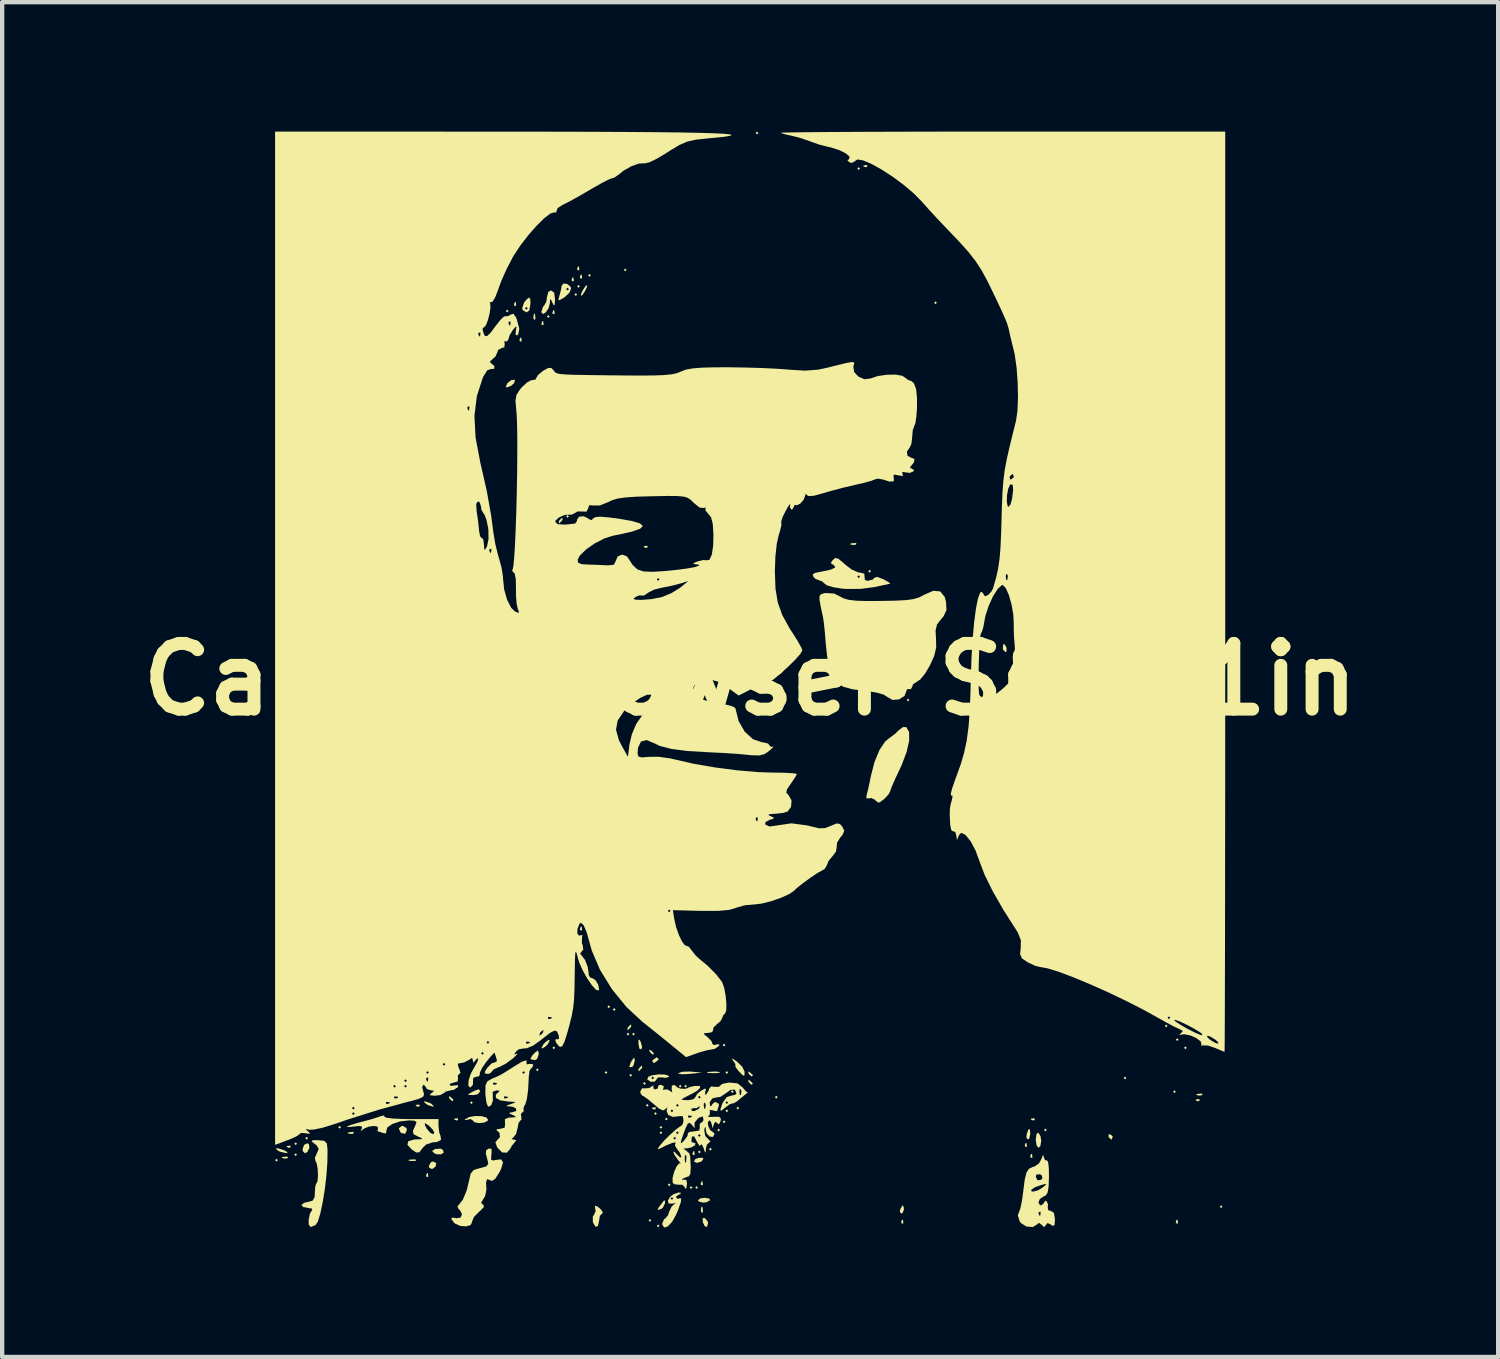
<source format=kicad_pcb>
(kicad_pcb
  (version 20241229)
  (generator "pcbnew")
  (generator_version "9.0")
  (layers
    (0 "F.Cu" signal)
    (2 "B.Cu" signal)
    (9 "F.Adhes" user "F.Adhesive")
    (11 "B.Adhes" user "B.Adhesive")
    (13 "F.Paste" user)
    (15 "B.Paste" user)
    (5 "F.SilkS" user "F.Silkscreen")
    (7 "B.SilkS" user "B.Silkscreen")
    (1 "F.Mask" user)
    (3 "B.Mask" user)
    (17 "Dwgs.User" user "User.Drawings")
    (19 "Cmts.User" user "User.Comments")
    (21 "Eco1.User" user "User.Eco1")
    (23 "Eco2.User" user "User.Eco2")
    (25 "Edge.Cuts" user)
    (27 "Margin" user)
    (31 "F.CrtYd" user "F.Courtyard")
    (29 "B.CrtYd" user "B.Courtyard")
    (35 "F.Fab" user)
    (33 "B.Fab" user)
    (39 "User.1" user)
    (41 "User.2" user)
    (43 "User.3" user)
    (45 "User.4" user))
  (footprint "Cauchy Bowser Seal 1in"
    (layer "F.Cu")
    (at 14.34 12.7)
    (property "Reference" "Cauchy Bowser Seal 1in" (at 0 0 0) (layer "F.SilkS") (effects (font (size 1.524 1.524) (thickness 0.3))))
    (attr board_only exclude_from_pos_files exclude_from_bom)
    (fp_poly (pts (xy -10.949 11.144) (xy -10.981 11.176) (xy -11.013 11.144) (xy -10.981 11.113)) (stroke (width 0) (type solid)) (fill yes) (layer "F.SilkS"))
    (fp_poly (pts (xy -10.504 10.763) (xy -10.536 10.795) (xy -10.567 10.763) (xy -10.536 10.732)) (stroke (width 0) (type solid)) (fill yes) (layer "F.SilkS"))
    (fp_poly (pts (xy -10.504 11.017) (xy -10.536 11.049) (xy -10.567 11.017) (xy -10.536 10.986)) (stroke (width 0) (type solid)) (fill yes) (layer "F.SilkS"))
    (fp_poly (pts (xy -10.249 10.636) (xy -10.281 10.668) (xy -10.313 10.636) (xy -10.281 10.604)) (stroke (width 0) (type solid)) (fill yes) (layer "F.SilkS"))
    (fp_poly (pts (xy -9.485 10.382) (xy -9.517 10.414) (xy -9.549 10.382) (xy -9.517 10.351)) (stroke (width 0) (type solid)) (fill yes) (layer "F.SilkS"))
    (fp_poly (pts (xy -6.43 9.811) (xy -6.461 9.842) (xy -6.493 9.811) (xy -6.461 9.779)) (stroke (width 0) (type solid)) (fill yes) (layer "F.SilkS"))
    (fp_poly (pts (xy -5.602 -8.541) (xy -5.634 -8.509) (xy -5.666 -8.541) (xy -5.634 -8.572)) (stroke (width 0) (type solid)) (fill yes) (layer "F.SilkS"))
    (fp_poly (pts (xy -4.902 9.049) (xy -4.934 9.081) (xy -4.965 9.049) (xy -4.934 9.017)) (stroke (width 0) (type solid)) (fill yes) (layer "F.SilkS"))
    (fp_poly (pts (xy -4.647 -8.414) (xy -4.679 -8.382) (xy -4.711 -8.414) (xy -4.679 -8.445)) (stroke (width 0) (type solid)) (fill yes) (layer "F.SilkS"))
    (fp_poly (pts (xy -4.52 8.541) (xy -4.552 8.572) (xy -4.583 8.541) (xy -4.552 8.509)) (stroke (width 0) (type solid)) (fill yes) (layer "F.SilkS"))
    (fp_poly (pts (xy -4.202 -3.778) (xy -4.233 -3.747) (xy -4.265 -3.778) (xy -4.233 -3.81)) (stroke (width 0) (type solid)) (fill yes) (layer "F.SilkS"))
    (fp_poly (pts (xy -4.011 -8.922) (xy -4.042 -8.89) (xy -4.074 -8.922) (xy -4.042 -8.954)) (stroke (width 0) (type solid)) (fill yes) (layer "F.SilkS"))
    (fp_poly (pts (xy -3.947 -9.112) (xy -3.979 -9.081) (xy -4.011 -9.112) (xy -3.979 -9.144)) (stroke (width 0) (type solid)) (fill yes) (layer "F.SilkS"))
    (fp_poly (pts (xy -3.692 -9.366) (xy -3.724 -9.335) (xy -3.756 -9.366) (xy -3.724 -9.398)) (stroke (width 0) (type solid)) (fill yes) (layer "F.SilkS"))
    (fp_poly (pts (xy -3.31 9.112) (xy -3.342 9.144) (xy -3.374 9.112) (xy -3.342 9.081)) (stroke (width 0) (type solid)) (fill yes) (layer "F.SilkS"))
    (fp_poly (pts (xy -3.247 7.588) (xy -3.278 7.62) (xy -3.31 7.588) (xy -3.278 7.556)) (stroke (width 0) (type solid)) (fill yes) (layer "F.SilkS"))
    (fp_poly (pts (xy -3.119 7.652) (xy -3.151 7.684) (xy -3.183 7.652) (xy -3.151 7.62)) (stroke (width 0) (type solid)) (fill yes) (layer "F.SilkS"))
    (fp_poly (pts (xy -2.865 -9.493) (xy -2.896 -9.461) (xy -2.928 -9.493) (xy -2.896 -9.525)) (stroke (width 0) (type solid)) (fill yes) (layer "F.SilkS"))
    (fp_poly (pts (xy -2.801 8.223) (xy -2.833 8.255) (xy -2.865 8.223) (xy -2.833 8.191)) (stroke (width 0) (type solid)) (fill yes) (layer "F.SilkS"))
    (fp_poly (pts (xy -2.737 9.176) (xy -2.769 9.207) (xy -2.801 9.176) (xy -2.769 9.144)) (stroke (width 0) (type solid)) (fill yes) (layer "F.SilkS"))
    (fp_poly (pts (xy -2.674 8.223) (xy -2.706 8.255) (xy -2.737 8.223) (xy -2.706 8.191)) (stroke (width 0) (type solid)) (fill yes) (layer "F.SilkS"))
    (fp_poly (pts (xy -2.419 9.366) (xy -2.451 9.398) (xy -2.483 9.366) (xy -2.451 9.335)) (stroke (width 0) (type solid)) (fill yes) (layer "F.SilkS"))
    (fp_poly (pts (xy -2.355 9.874) (xy -2.387 9.906) (xy -2.419 9.874) (xy -2.387 9.842)) (stroke (width 0) (type solid)) (fill yes) (layer "F.SilkS"))
    (fp_poly (pts (xy -2.292 12.541) (xy -2.324 12.573) (xy -2.355 12.541) (xy -2.324 12.509)) (stroke (width 0) (type solid)) (fill yes) (layer "F.SilkS"))
    (fp_poly (pts (xy -2.164 10.065) (xy -2.196 10.097) (xy -2.228 10.065) (xy -2.196 10.033)) (stroke (width 0) (type solid)) (fill yes) (layer "F.SilkS"))
    (fp_poly (pts (xy -2.101 12.668) (xy -2.133 12.7) (xy -2.164 12.668) (xy -2.133 12.636)) (stroke (width 0) (type solid)) (fill yes) (layer "F.SilkS"))
    (fp_poly (pts (xy -2.037 10.382) (xy -2.069 10.414) (xy -2.101 10.382) (xy -2.069 10.351)) (stroke (width 0) (type solid)) (fill yes) (layer "F.SilkS"))
    (fp_poly (pts (xy -2.037 10.509) (xy -2.069 10.541) (xy -2.101 10.509) (xy -2.069 10.477)) (stroke (width 0) (type solid)) (fill yes) (layer "F.SilkS"))
    (fp_poly (pts (xy -1.91 10.192) (xy -1.942 10.223) (xy -1.973 10.192) (xy -1.942 10.16)) (stroke (width 0) (type solid)) (fill yes) (layer "F.SilkS"))
    (fp_poly (pts (xy -1.846 11.716) (xy -1.878 11.748) (xy -1.91 11.716) (xy -1.878 11.684)) (stroke (width 0) (type solid)) (fill yes) (layer "F.SilkS"))
    (fp_poly (pts (xy -1.591 9.43) (xy -1.623 9.461) (xy -1.655 9.43) (xy -1.623 9.398)) (stroke (width 0) (type solid)) (fill yes) (layer "F.SilkS"))
    (fp_poly (pts (xy -1.464 9.43) (xy -1.496 9.461) (xy -1.528 9.43) (xy -1.496 9.398)) (stroke (width 0) (type solid)) (fill yes) (layer "F.SilkS"))
    (fp_poly (pts (xy -1.337 11.779) (xy -1.369 11.811) (xy -1.401 11.779) (xy -1.369 11.748)) (stroke (width 0) (type solid)) (fill yes) (layer "F.SilkS"))
    (fp_poly (pts (xy -1.21 11.779) (xy -1.241 11.811) (xy -1.273 11.779) (xy -1.241 11.748)) (stroke (width 0) (type solid)) (fill yes) (layer "F.SilkS"))
    (fp_poly (pts (xy -1.146 10.954) (xy -1.178 10.986) (xy -1.21 10.954) (xy -1.178 10.922)) (stroke (width 0) (type solid)) (fill yes) (layer "F.SilkS"))
    (fp_poly (pts (xy -0.891 10.89) (xy -0.923 10.922) (xy -0.955 10.89) (xy -0.923 10.858)) (stroke (width 0) (type solid)) (fill yes) (layer "F.SilkS"))
    (fp_poly (pts (xy -0.7 10.446) (xy -0.732 10.477) (xy -0.764 10.446) (xy -0.732 10.414)) (stroke (width 0) (type solid)) (fill yes) (layer "F.SilkS"))
    (fp_poly (pts (xy -0.573 8.477) (xy -0.605 8.509) (xy -0.637 8.477) (xy -0.605 8.445)) (stroke (width 0) (type solid)) (fill yes) (layer "F.SilkS"))
    (fp_poly (pts (xy -0.573 10.255) (xy -0.605 10.287) (xy -0.637 10.255) (xy -0.605 10.223)) (stroke (width 0) (type solid)) (fill yes) (layer "F.SilkS"))
    (fp_poly (pts (xy -0.509 9.112) (xy -0.541 9.144) (xy -0.573 9.112) (xy -0.541 9.081)) (stroke (width 0) (type solid)) (fill yes) (layer "F.SilkS"))
    (fp_poly (pts (xy -0.509 10.001) (xy -0.541 10.033) (xy -0.573 10.001) (xy -0.541 9.97)) (stroke (width 0) (type solid)) (fill yes) (layer "F.SilkS"))
    (fp_poly (pts (xy -0.382 9.557) (xy -0.414 9.588) (xy -0.446 9.557) (xy -0.414 9.525)) (stroke (width 0) (type solid)) (fill yes) (layer "F.SilkS"))
    (fp_poly (pts (xy -0.255 9.938) (xy -0.286 9.97) (xy -0.318 9.938) (xy -0.286 9.906)) (stroke (width 0) (type solid)) (fill yes) (layer "F.SilkS"))
    (fp_poly (pts (xy 0.191 -12.668) (xy 0.159 -12.636) (xy 0.127 -12.668) (xy 0.159 -12.7)) (stroke (width 0) (type solid)) (fill yes) (layer "F.SilkS"))
    (fp_poly (pts (xy 0.637 9.684) (xy 0.605 9.716) (xy 0.573 9.684) (xy 0.605 9.652)) (stroke (width 0) (type solid)) (fill yes) (layer "F.SilkS"))
    (fp_poly (pts (xy 2.546 -11.843) (xy 2.515 -11.811) (xy 2.483 -11.843) (xy 2.515 -11.874)) (stroke (width 0) (type solid)) (fill yes) (layer "F.SilkS"))
    (fp_poly (pts (xy 2.801 -2.508) (xy 2.769 -2.477) (xy 2.737 -2.508) (xy 2.769 -2.54)) (stroke (width 0) (type solid)) (fill yes) (layer "F.SilkS"))
    (fp_poly (pts (xy 3.692 0.476) (xy 3.66 0.508) (xy 3.629 0.476) (xy 3.66 0.445)) (stroke (width 0) (type solid)) (fill yes) (layer "F.SilkS"))
    (fp_poly (pts (xy 4.329 -8.731) (xy 4.297 -8.7) (xy 4.265 -8.731) (xy 4.297 -8.763)) (stroke (width 0) (type solid)) (fill yes) (layer "F.SilkS"))
    (fp_poly (pts (xy 6.875 10.446) (xy 6.843 10.477) (xy 6.812 10.446) (xy 6.843 10.414)) (stroke (width 0) (type solid)) (fill yes) (layer "F.SilkS"))
    (fp_poly (pts (xy 8.721 9.239) (xy 8.689 9.271) (xy 8.658 9.239) (xy 8.689 9.207)) (stroke (width 0) (type solid)) (fill yes) (layer "F.SilkS"))
    (fp_poly (pts (xy 9.676 8.033) (xy 9.644 8.065) (xy 9.613 8.033) (xy 9.644 8.001)) (stroke (width 0) (type solid)) (fill yes) (layer "F.SilkS"))
    (fp_poly (pts (xy 9.867 9.557) (xy 9.835 9.588) (xy 9.804 9.557) (xy 9.835 9.525)) (stroke (width 0) (type solid)) (fill yes) (layer "F.SilkS"))
    (fp_poly (pts (xy 9.931 8.35) (xy 9.899 8.382) (xy 9.867 8.35) (xy 9.899 8.319)) (stroke (width 0) (type solid)) (fill yes) (layer "F.SilkS"))
    (fp_poly (pts (xy 10.122 8.541) (xy 10.09 8.572) (xy 10.058 8.541) (xy 10.09 8.509)) (stroke (width 0) (type solid)) (fill yes) (layer "F.SilkS"))
    (fp_poly (pts (xy 10.949 12.224) (xy 10.918 12.255) (xy 10.886 12.224) (xy 10.918 12.192)) (stroke (width 0) (type solid)) (fill yes) (layer "F.SilkS"))
    (fp_poly (pts (xy -10.712 11.074) (xy -10.731 11.103) (xy -10.796 11.107) (xy -10.863 11.092) (xy -10.834 11.069) (xy -10.735 11.062)) (stroke (width 0) (type solid)) (fill yes) (layer "F.SilkS"))
    (fp_poly (pts (xy -10.652 10.816) (xy -10.661 10.854) (xy -10.695 10.858) (xy -10.747 10.835) (xy -10.737 10.816) (xy -10.662 10.809)) (stroke (width 0) (type solid)) (fill yes) (layer "F.SilkS"))
    (fp_poly (pts (xy -9.184 10.503) (xy -9.203 10.531) (xy -9.268 10.536) (xy -9.336 10.52) (xy -9.306 10.498) (xy -9.207 10.49)) (stroke (width 0) (type solid)) (fill yes) (layer "F.SilkS"))
    (fp_poly (pts (xy -7.751 11.134) (xy -7.743 11.157) (xy -7.83 11.166) (xy -7.92 11.156) (xy -7.91 11.134) (xy -7.779 11.126)) (stroke (width 0) (type solid)) (fill yes) (layer "F.SilkS"))
    (fp_poly (pts (xy -7.66 9.864) (xy -7.669 9.901) (xy -7.703 9.906) (xy -7.755 9.883) (xy -7.745 9.864) (xy -7.67 9.856)) (stroke (width 0) (type solid)) (fill yes) (layer "F.SilkS"))
    (fp_poly (pts (xy -7.469 11.451) (xy -7.462 11.527) (xy -7.469 11.536) (xy -7.507 11.527) (xy -7.512 11.493) (xy -7.488 11.441)) (stroke (width 0) (type solid)) (fill yes) (layer "F.SilkS"))
    (fp_poly (pts (xy -6.769 10.181) (xy -6.778 10.219) (xy -6.812 10.223) (xy -6.864 10.2) (xy -6.854 10.181) (xy -6.778 10.174)) (stroke (width 0) (type solid)) (fill yes) (layer "F.SilkS"))
    (fp_poly (pts (xy -5.432 -8.742) (xy -5.425 -8.666) (xy -5.432 -8.657) (xy -5.47 -8.666) (xy -5.475 -8.7) (xy -5.451 -8.752)) (stroke (width 0) (type solid)) (fill yes) (layer "F.SilkS"))
    (fp_poly (pts (xy -5.305 -7.916) (xy -5.297 -7.841) (xy -5.305 -7.832) (xy -5.343 -7.84) (xy -5.347 -7.874) (xy -5.324 -7.926)) (stroke (width 0) (type solid)) (fill yes) (layer "F.SilkS"))
    (fp_poly (pts (xy -4.986 -8.457) (xy -4.978 -8.358) (xy -4.991 -8.336) (xy -5.02 -8.355) (xy -5.024 -8.419) (xy -5.008 -8.487)) (stroke (width 0) (type solid)) (fill yes) (layer "F.SilkS"))
    (fp_poly (pts (xy -4.796 -8.297) (xy -4.788 -8.222) (xy -4.796 -8.213) (xy -4.834 -8.221) (xy -4.838 -8.255) (xy -4.815 -8.307)) (stroke (width 0) (type solid)) (fill yes) (layer "F.SilkS"))
    (fp_poly (pts (xy -4.541 -8.551) (xy -4.533 -8.476) (xy -4.541 -8.467) (xy -4.579 -8.475) (xy -4.583 -8.509) (xy -4.56 -8.561)) (stroke (width 0) (type solid)) (fill yes) (layer "F.SilkS"))
    (fp_poly (pts (xy -4.095 -9.313) (xy -4.088 -9.238) (xy -4.095 -9.229) (xy -4.133 -9.237) (xy -4.138 -9.271) (xy -4.115 -9.323)) (stroke (width 0) (type solid)) (fill yes) (layer "F.SilkS"))
    (fp_poly (pts (xy -3.968 -9.567) (xy -3.96 -9.492) (xy -3.968 -9.483) (xy -4.006 -9.491) (xy -4.011 -9.525) (xy -3.987 -9.577)) (stroke (width 0) (type solid)) (fill yes) (layer "F.SilkS"))
    (fp_poly (pts (xy -3.904 -9.377) (xy -3.897 -9.301) (xy -3.904 -9.292) (xy -3.942 -9.301) (xy -3.947 -9.335) (xy -3.924 -9.387)) (stroke (width 0) (type solid)) (fill yes) (layer "F.SilkS"))
    (fp_poly (pts (xy -3.904 5.736) (xy -3.897 5.812) (xy -3.904 5.821) (xy -3.942 5.812) (xy -3.947 5.779) (xy -3.924 5.726)) (stroke (width 0) (type solid)) (fill yes) (layer "F.SilkS"))
    (fp_poly (pts (xy -2.377 -3.09) (xy -2.385 -3.053) (xy -2.419 -3.048) (xy -2.471 -3.071) (xy -2.461 -3.09) (xy -2.386 -3.098)) (stroke (width 0) (type solid)) (fill yes) (layer "F.SilkS"))
    (fp_poly (pts (xy -2.186 9.927) (xy -2.194 9.965) (xy -2.228 9.97) (xy -2.28 9.946) (xy -2.271 9.927) (xy -2.195 9.92)) (stroke (width 0) (type solid)) (fill yes) (layer "F.SilkS"))
    (fp_poly (pts (xy -1.294 10.943) (xy -1.287 11.019) (xy -1.294 11.028) (xy -1.332 11.019) (xy -1.337 10.986) (xy -1.314 10.933)) (stroke (width 0) (type solid)) (fill yes) (layer "F.SilkS"))
    (fp_poly (pts (xy -1.103 11.642) (xy -1.096 11.717) (xy -1.103 11.726) (xy -1.141 11.718) (xy -1.146 11.684) (xy -1.123 11.632)) (stroke (width 0) (type solid)) (fill yes) (layer "F.SilkS"))
    (fp_poly (pts (xy -1.102 12.244) (xy -1.095 12.343) (xy -1.107 12.365) (xy -1.136 12.346) (xy -1.141 12.282) (xy -1.125 12.214)) (stroke (width 0) (type solid)) (fill yes) (layer "F.SilkS"))
    (fp_poly (pts (xy 2.465 -3.15) (xy 2.446 -3.121) (xy 2.382 -3.117) (xy 2.314 -3.132) (xy 2.343 -3.155) (xy 2.443 -3.162)) (stroke (width 0) (type solid)) (fill yes) (layer "F.SilkS"))
    (fp_poly (pts (xy 2.716 -11.917) (xy 2.707 -11.879) (xy 2.674 -11.874) (xy 2.621 -11.898) (xy 2.631 -11.917) (xy 2.707 -11.924)) (stroke (width 0) (type solid)) (fill yes) (layer "F.SilkS"))
    (fp_poly (pts (xy 3.544 12.531) (xy 3.551 12.606) (xy 3.544 12.615) (xy 3.506 12.607) (xy 3.501 12.573) (xy 3.525 12.521)) (stroke (width 0) (type solid)) (fill yes) (layer "F.SilkS"))
    (fp_poly (pts (xy 6.408 10.753) (xy 6.416 10.828) (xy 6.408 10.837) (xy 6.371 10.829) (xy 6.366 10.795) (xy 6.389 10.743)) (stroke (width 0) (type solid)) (fill yes) (layer "F.SilkS"))
    (fp_poly (pts (xy 6.536 11.007) (xy 6.543 11.082) (xy 6.536 11.091) (xy 6.498 11.083) (xy 6.493 11.049) (xy 6.517 10.997)) (stroke (width 0) (type solid)) (fill yes) (layer "F.SilkS"))
    (fp_poly (pts (xy 6.599 10.181) (xy 6.591 10.219) (xy 6.557 10.223) (xy 6.504 10.2) (xy 6.514 10.181) (xy 6.59 10.174)) (stroke (width 0) (type solid)) (fill yes) (layer "F.SilkS"))
    (fp_poly (pts (xy 9.91 12.531) (xy 9.917 12.606) (xy 9.91 12.615) (xy 9.872 12.607) (xy 9.867 12.573) (xy 9.89 12.521)) (stroke (width 0) (type solid)) (fill yes) (layer "F.SilkS"))
    (fp_poly (pts (xy 10.419 9.737) (xy 10.41 9.774) (xy 10.376 9.779) (xy 10.324 9.756) (xy 10.334 9.737) (xy 10.41 9.729)) (stroke (width 0) (type solid)) (fill yes) (layer "F.SilkS"))
    (fp_poly (pts (xy 10.487 9.614) (xy 10.468 9.642) (xy 10.403 9.647) (xy 10.335 9.631) (xy 10.365 9.609) (xy 10.464 9.601)) (stroke (width 0) (type solid)) (fill yes) (layer "F.SilkS"))
    (fp_poly (pts (xy -7.278 11.213) (xy -7.289 11.289) (xy -7.373 11.352) (xy -7.437 11.324) (xy -7.448 11.277) (xy -7.397 11.189) (xy -7.347 11.176)) (stroke (width 0) (type solid)) (fill yes) (layer "F.SilkS"))
    (fp_poly (pts (xy -6.949 9.678) (xy -6.88 9.742) (xy -6.894 9.778) (xy -6.903 9.779) (xy -6.957 9.734) (xy -6.977 9.706) (xy -6.984 9.662)) (stroke (width 0) (type solid)) (fill yes) (layer "F.SilkS"))
    (fp_poly (pts (xy -2.564 8.357) (xy -2.534 8.407) (xy -2.504 8.523) (xy -2.524 8.575) (xy -2.566 8.563) (xy -2.588 8.461) (xy -2.589 8.352)) (stroke (width 0) (type solid)) (fill yes) (layer "F.SilkS"))
    (fp_poly (pts (xy -2.302 8.598) (xy -2.233 8.662) (xy -2.247 8.699) (xy -2.256 8.7) (xy -2.31 8.654) (xy -2.33 8.626) (xy -2.337 8.583)) (stroke (width 0) (type solid)) (fill yes) (layer "F.SilkS"))
    (fp_poly (pts (xy -1.082 11.112) (xy -1.132 11.177) (xy -1.231 11.207) (xy -1.302 11.18) (xy -1.278 11.125) (xy -1.209 11.094) (xy -1.108 11.088)) (stroke (width 0) (type solid)) (fill yes) (layer "F.SilkS"))
    (fp_poly (pts (xy -0.983 12.567) (xy -0.976 12.607) (xy -1.001 12.692) (xy -1.055 12.674) (xy -1.099 12.578) (xy -1.099 12.488) (xy -1.054 12.485)) (stroke (width 0) (type solid)) (fill yes) (layer "F.SilkS"))
    (fp_poly (pts (xy -0.01 9.106) (xy 0.058 9.165) (xy 0.064 9.179) (xy 0.033 9.206) (xy -0.029 9.147) (xy -0.038 9.134) (xy -0.045 9.091)) (stroke (width 0) (type solid)) (fill yes) (layer "F.SilkS"))
    (fp_poly (pts (xy -0.01 9.297) (xy 0.059 9.361) (xy 0.044 9.397) (xy 0.036 9.398) (xy -0.018 9.353) (xy -0.038 9.325) (xy -0.045 9.281)) (stroke (width 0) (type solid)) (fill yes) (layer "F.SilkS"))
    (fp_poly (pts (xy -10.835 10.904) (xy -10.79 10.922) (xy -10.718 10.965) (xy -10.758 10.98) (xy -10.894 10.95) (xy -10.949 10.922) (xy -10.999 10.874) (xy -10.953 10.868)) (stroke (width 0) (type solid)) (fill yes) (layer "F.SilkS"))
    (fp_poly (pts (xy -10.231 10.771) (xy -10.217 10.856) (xy -10.263 10.952) (xy -10.32 10.986) (xy -10.371 10.934) (xy -10.376 10.894) (xy -10.342 10.792) (xy -10.269 10.753)) (stroke (width 0) (type solid)) (fill yes) (layer "F.SilkS"))
    (fp_poly (pts (xy -7.968 10.401) (xy -7.957 10.446) (xy -7.996 10.533) (xy -8.084 10.517) (xy -8.106 10.499) (xy -8.146 10.406) (xy -8.08 10.353) (xy -8.053 10.351)) (stroke (width 0) (type solid)) (fill yes) (layer "F.SilkS"))
    (fp_poly (pts (xy -7.439 9.813) (xy -7.384 9.842) (xy -7.334 9.893) (xy -7.353 9.904) (xy -7.457 9.872) (xy -7.512 9.842) (xy -7.563 9.792) (xy -7.544 9.781)) (stroke (width 0) (type solid)) (fill yes) (layer "F.SilkS"))
    (fp_poly (pts (xy -5.453 -6.937) (xy -5.473 -6.867) (xy -5.542 -6.807) (xy -5.637 -6.768) (xy -5.666 -6.786) (xy -5.626 -6.869) (xy -5.542 -6.936) (xy -5.466 -6.949)) (stroke (width 0) (type solid)) (fill yes) (layer "F.SilkS"))
    (fp_poly (pts (xy -4.647 8.37) (xy -4.691 8.456) (xy -4.743 8.509) (xy -4.82 8.555) (xy -4.838 8.544) (xy -4.798 8.468) (xy -4.743 8.405) (xy -4.668 8.353)) (stroke (width 0) (type solid)) (fill yes) (layer "F.SilkS"))
    (fp_poly (pts (xy -4.349 -3.705) (xy -4.361 -3.683) (xy -4.421 -3.622) (xy -4.432 -3.619) (xy -4.436 -3.661) (xy -4.424 -3.683) (xy -4.364 -3.744) (xy -4.353 -3.747)) (stroke (width 0) (type solid)) (fill yes) (layer "F.SilkS"))
    (fp_poly (pts (xy -3.784 -9.097) (xy -3.82 -9.017) (xy -3.885 -8.917) (xy -3.92 -8.89) (xy -3.919 -8.937) (xy -3.883 -9.017) (xy -3.817 -9.117) (xy -3.783 -9.144)) (stroke (width 0) (type solid)) (fill yes) (layer "F.SilkS"))
    (fp_poly (pts (xy -2.757 8.042) (xy -2.769 8.065) (xy -2.829 8.125) (xy -2.84 8.128) (xy -2.845 8.087) (xy -2.833 8.065) (xy -2.773 8.004) (xy -2.762 8.001)) (stroke (width 0) (type solid)) (fill yes) (layer "F.SilkS"))
    (fp_poly (pts (xy -2.503 8.995) (xy -2.515 9.017) (xy -2.575 9.078) (xy -2.586 9.081) (xy -2.59 9.039) (xy -2.578 9.017) (xy -2.518 8.956) (xy -2.507 8.954)) (stroke (width 0) (type solid)) (fill yes) (layer "F.SilkS"))
    (fp_poly (pts (xy -2.122 8.802) (xy -2.133 8.826) (xy -2.217 8.888) (xy -2.236 8.89) (xy -2.27 8.851) (xy -2.26 8.826) (xy -2.176 8.765) (xy -2.157 8.763)) (stroke (width 0) (type solid)) (fill yes) (layer "F.SilkS"))
    (fp_poly (pts (xy -1.361 9.093) (xy -1.114 9.115) (xy -1.413 9.146) (xy -1.576 9.154) (xy -1.66 9.14) (xy -1.661 9.124) (xy -1.568 9.095) (xy -1.406 9.09)) (stroke (width 0) (type solid)) (fill yes) (layer "F.SilkS"))
    (fp_poly (pts (xy -0.946 12.036) (xy -0.928 12.073) (xy -1.013 12.12) (xy -1.086 12.129) (xy -1.187 12.105) (xy -1.21 12.073) (xy -1.155 12.031) (xy -1.052 12.017)) (stroke (width 0) (type solid)) (fill yes) (layer "F.SilkS"))
    (fp_poly (pts (xy -0.715 9.1) (xy -0.701 9.118) (xy -0.792 9.127) (xy -0.859 9.128) (xy -0.983 9.122) (xy -1.001 9.107) (xy -0.97 9.099) (xy -0.804 9.089)) (stroke (width 0) (type solid)) (fill yes) (layer "F.SilkS"))
    (fp_poly (pts (xy 3.562 12.244) (xy 3.565 12.287) (xy 3.532 12.372) (xy 3.503 12.383) (xy 3.468 12.336) (xy 3.478 12.287) (xy 3.523 12.204) (xy 3.54 12.192)) (stroke (width 0) (type solid)) (fill yes) (layer "F.SilkS"))
    (fp_poly (pts (xy 5.923 -0.776) (xy 5.943 -0.73) (xy 5.945 -0.648) (xy 5.918 -0.635) (xy 5.864 -0.686) (xy 5.857 -0.73) (xy 5.87 -0.815) (xy 5.882 -0.826)) (stroke (width 0) (type solid)) (fill yes) (layer "F.SilkS"))
    (fp_poly (pts (xy 6.489 10.467) (xy 6.493 10.541) (xy 6.469 10.644) (xy 6.436 10.668) (xy 6.403 10.617) (xy 6.411 10.541) (xy 6.448 10.438) (xy 6.469 10.414)) (stroke (width 0) (type solid)) (fill yes) (layer "F.SilkS"))
    (fp_poly (pts (xy 8.4 10.587) (xy 8.403 10.604) (xy 8.381 10.666) (xy 8.375 10.668) (xy 8.321 10.624) (xy 8.308 10.604) (xy 8.313 10.546) (xy 8.336 10.541)) (stroke (width 0) (type solid)) (fill yes) (layer "F.SilkS"))
    (fp_poly (pts (xy -7.121 10.905) (xy -7.104 10.971) (xy -7.169 11.01) (xy -7.274 11.006) (xy -7.325 10.983) (xy -7.373 10.932) (xy -7.305 10.888) (xy -7.299 10.885) (xy -7.174 10.878)) (stroke (width 0) (type solid)) (fill yes) (layer "F.SilkS"))
    (fp_poly (pts (xy -6.26 9.545) (xy -6.26 9.552) (xy -6.314 9.616) (xy -6.411 9.636) (xy -6.519 9.631) (xy -6.544 9.621) (xy -6.479 9.583) (xy -6.392 9.537) (xy -6.29 9.5)) (stroke (width 0) (type solid)) (fill yes) (layer "F.SilkS"))
    (fp_poly (pts (xy -4.903 8.651) (xy -4.902 8.695) (xy -4.941 8.802) (xy -4.997 8.826) (xy -5.082 8.807) (xy -5.093 8.79) (xy -5.053 8.721) (xy -4.997 8.659) (xy -4.924 8.601)) (stroke (width 0) (type solid)) (fill yes) (layer "F.SilkS"))
    (fp_poly (pts (xy -2.675 8.824) (xy -2.675 8.839) (xy -2.707 8.953) (xy -2.737 8.985) (xy -2.796 8.989) (xy -2.8 8.973) (xy -2.768 8.88) (xy -2.737 8.826) (xy -2.688 8.767)) (stroke (width 0) (type solid)) (fill yes) (layer "F.SilkS"))
    (fp_poly (pts (xy -1.976 12.097) (xy -1.973 12.143) (xy -2.025 12.248) (xy -2.078 12.282) (xy -2.147 12.299) (xy -2.125 12.248) (xy -2.096 12.209) (xy -2.02 12.109) (xy -1.991 12.07)) (stroke (width 0) (type solid)) (fill yes) (layer "F.SilkS"))
    (fp_poly (pts (xy 6.684 10.509) (xy 6.733 10.597) (xy 6.748 10.703) (xy 6.726 10.821) (xy 6.684 10.858) (xy 6.64 10.803) (xy 6.621 10.67) (xy 6.621 10.664) (xy 6.638 10.537) (xy 6.682 10.508)) (stroke (width 0) (type solid)) (fill yes) (layer "F.SilkS"))
    (fp_poly (pts (xy -6.224 10.125) (xy -6.112 10.156) (xy -6.075 10.211) (xy -6.082 10.228) (xy -6.162 10.273) (xy -6.286 10.285) (xy -6.394 10.265) (xy -6.43 10.225) (xy -6.478 10.192) (xy -6.541 10.204) (xy -6.615 10.218) (xy -6.613 10.2) (xy -6.515 10.145) (xy -6.371 10.121)) (stroke (width 0) (type solid)) (fill yes) (layer "F.SilkS"))
    (fp_poly (pts (xy -0.385 8.805) (xy -0.304 8.861) (xy -0.184 8.978) (xy -0.13 9.091) (xy -0.129 9.096) (xy -0.133 9.183) (xy -0.166 9.183) (xy -0.254 9.093) (xy -0.271 9.075) (xy -0.339 8.986) (xy -0.342 8.954) (xy -0.344 8.913) (xy -0.39 8.845) (xy -0.429 8.787)) (stroke (width 0) (type solid)) (fill yes) (layer "F.SilkS"))
    (fp_poly (pts (xy -3.54 12.218) (xy -3.46 12.287) (xy -3.412 12.361) (xy -3.433 12.383) (xy -3.484 12.437) (xy -3.501 12.541) (xy -3.527 12.67) (xy -3.583 12.69) (xy -3.641 12.594) (xy -3.647 12.573) (xy -3.648 12.454) (xy -3.618 12.408) (xy -3.582 12.324) (xy -3.59 12.281) (xy -3.601 12.201)) (stroke (width 0) (type solid)) (fill yes) (layer "F.SilkS"))
    (fp_poly (pts (xy -5.097 -8.813) (xy -5.093 -8.704) (xy -5.12 -8.551) (xy -5.188 -8.509) (xy -5.272 -8.56) (xy -5.283 -8.604) (xy -5.22 -8.604) (xy -5.188 -8.572) (xy -5.156 -8.604) (xy -5.188 -8.636) (xy -5.22 -8.604) (xy -5.283 -8.604) (xy -5.284 -8.609) (xy -5.241 -8.734) (xy -5.188 -8.804) (xy -5.122 -8.855)) (stroke (width 0) (type solid)) (fill yes) (layer "F.SilkS"))
    (fp_poly (pts (xy -4.544 -8.968) (xy -4.524 -8.813) (xy -4.524 -8.811) (xy -4.532 -8.684) (xy -4.553 -8.672) (xy -4.583 -8.731) (xy -4.626 -8.82) (xy -4.64 -8.788) (xy -4.643 -8.723) (xy -4.671 -8.61) (xy -4.732 -8.516) (xy -4.795 -8.47) (xy -4.835 -8.499) (xy -4.838 -8.529) (xy -4.802 -8.641) (xy -4.774 -8.668) (xy -4.725 -8.755) (xy -4.711 -8.862) (xy -4.677 -8.987) (xy -4.615 -9.017)) (stroke (width 0) (type solid)) (fill yes) (layer "F.SilkS"))
    (fp_poly (pts (xy -4.243 -9.168) (xy -4.167 -9.107) (xy -4.151 -9.068) (xy -4.186 -8.969) (xy -4.296 -8.864) (xy -4.3 -8.862) (xy -4.415 -8.792) (xy -4.447 -8.799) (xy -4.423 -8.892) (xy -4.42 -8.9) (xy -4.382 -9.045) (xy -4.382 -9.049) (xy -4.265 -9.049) (xy -4.233 -9.017) (xy -4.202 -9.049) (xy -4.233 -9.081) (xy -4.265 -9.049) (xy -4.382 -9.049) (xy -4.372 -9.121) (xy -4.33 -9.177)) (stroke (width 0) (type solid)) (fill yes) (layer "F.SilkS"))
    (fp_poly (pts (xy -1.974 9.161) (xy -1.888 9.188) (xy -1.882 9.215) (xy -1.958 9.237) (xy -2.037 9.226) (xy -2.139 9.227) (xy -2.164 9.264) (xy -2.211 9.324) (xy -2.307 9.327) (xy -2.386 9.273) (xy -2.373 9.239) (xy -2.292 9.239) (xy -2.26 9.271) (xy -2.228 9.239) (xy -2.26 9.207) (xy -2.292 9.239) (xy -2.373 9.239) (xy -2.364 9.214) (xy -2.278 9.178) (xy -2.118 9.156)) (stroke (width 0) (type solid)) (fill yes) (layer "F.SilkS"))
    (fp_poly (pts (xy 3.618 1.105) (xy 3.684 1.216) (xy 3.687 1.414) (xy 3.629 1.676) (xy 3.515 1.98) (xy 3.469 2.078) (xy 3.365 2.299) (xy 3.287 2.477) (xy 3.248 2.581) (xy 3.247 2.592) (xy 3.203 2.672) (xy 3.106 2.774) (xy 3.007 2.847) (xy 2.975 2.857) (xy 2.91 2.812) (xy 2.894 2.79) (xy 2.807 2.749) (xy 2.759 2.758) (xy 2.693 2.755) (xy 2.7 2.682) (xy 2.732 2.558) (xy 2.774 2.363) (xy 2.798 2.242) (xy 2.882 1.915) (xy 2.997 1.638) (xy 3.128 1.441) (xy 3.212 1.371) (xy 3.355 1.265) (xy 3.44 1.181) (xy 3.544 1.105)) (stroke (width 0) (type solid)) (fill yes) (layer "F.SilkS"))
    (fp_poly (pts (xy -1.607 11.901) (xy -1.619 11.935) (xy -1.645 11.938) (xy -1.715 11.983) (xy -1.719 12.005) (xy -1.68 12.043) (xy -1.655 12.033) (xy -1.6 12.027) (xy -1.606 12.115) (xy -1.673 12.306) (xy -1.717 12.409) (xy -1.81 12.576) (xy -1.909 12.68) (xy -1.991 12.707) (xy -2.035 12.644) (xy -2.037 12.61) (xy -1.997 12.515) (xy -1.97 12.498) (xy -1.905 12.424) (xy -1.886 12.36) (xy -1.824 12.226) (xy -1.778 12.181) (xy -1.727 12.137) (xy -1.788 12.149) (xy -1.798 12.152) (xy -1.89 12.15) (xy -1.907 12.084) (xy -1.878 12.033) (xy -1.846 12.033) (xy -1.814 12.065) (xy -1.782 12.033) (xy -1.814 12.002) (xy -1.846 12.033) (xy -1.878 12.033) (xy -1.855 11.994) (xy -1.777 11.935) (xy -1.661 11.894)) (stroke (width 0) (type solid)) (fill yes) (layer "F.SilkS"))
    (fp_poly (pts (xy -10.01 10.682) (xy -9.872 10.697) (xy -9.813 10.758) (xy -9.797 10.905) (xy -9.797 10.916) (xy -9.801 11.195) (xy -9.824 11.51) (xy -9.862 11.832) (xy -9.912 12.135) (xy -9.967 12.391) (xy -10.024 12.572) (xy -10.073 12.647) (xy -10.186 12.695) (xy -10.233 12.641) (xy -10.235 12.525) (xy -10.204 12.38) (xy -10.156 12.304) (xy -10.155 12.268) (xy -10.229 12.256) (xy -10.365 12.231) (xy -10.402 12.179) (xy -10.332 12.13) (xy -10.266 12.117) (xy -10.143 12.084) (xy -10.096 11.998) (xy -10.091 11.89) (xy -10.081 11.75) (xy -10.058 11.685) (xy -10.056 11.684) (xy -10.028 11.63) (xy -10.019 11.5) (xy -10.026 11.347) (xy -10.049 11.218) (xy -10.075 11.169) (xy -10.091 11.091) (xy -10.05 10.996) (xy -10.001 10.884) (xy -10.049 10.802) (xy -10.092 10.769) (xy -10.167 10.707) (xy -10.145 10.683) (xy -10.012 10.682)) (stroke (width 0) (type solid)) (fill yes) (layer "F.SilkS"))
    (fp_poly (pts (xy 2.047 -2.797) (xy 2.165 -2.697) (xy 2.193 -2.67) (xy 2.351 -2.549) (xy 2.502 -2.482) (xy 2.54 -2.477) (xy 2.647 -2.452) (xy 2.651 -2.381) (xy 2.661 -2.302) (xy 2.734 -2.286) (xy 2.845 -2.317) (xy 2.877 -2.353) (xy 2.944 -2.377) (xy 3.089 -2.322) (xy 3.207 -2.255) (xy 3.249 -2.219) (xy 3.247 -2.218) (xy 3.172 -2.202) (xy 3.012 -2.169) (xy 2.865 -2.138) (xy 2.561 -2.099) (xy 2.232 -2.097) (xy 2.135 -2.104) (xy 1.929 -2.137) (xy 1.782 -2.18) (xy 1.732 -2.216) (xy 1.656 -2.281) (xy 1.626 -2.286) (xy 1.517 -2.33) (xy 1.47 -2.374) (xy 1.467 -2.381) (xy 2.483 -2.381) (xy 2.515 -2.349) (xy 2.546 -2.381) (xy 2.515 -2.413) (xy 2.483 -2.381) (xy 1.467 -2.381) (xy 1.447 -2.431) (xy 1.508 -2.47) (xy 1.675 -2.503) (xy 1.685 -2.505) (xy 1.856 -2.542) (xy 1.96 -2.587) (xy 1.973 -2.607) (xy 1.924 -2.664) (xy 1.902 -2.667) (xy 1.87 -2.7) (xy 1.912 -2.765) (xy 1.974 -2.816)) (stroke (width 0) (type solid)) (fill yes) (layer "F.SilkS"))
    (fp_poly (pts (xy -5.995 10.882) (xy -5.994 10.984) (xy -5.998 11.011) (xy -6.008 11.128) (xy -5.959 11.153) (xy -5.912 11.142) (xy -5.773 11.126) (xy -5.728 11.195) (xy -5.775 11.351) (xy -5.813 11.426) (xy -5.911 11.579) (xy -5.986 11.627) (xy -6.031 11.608) (xy -6.097 11.584) (xy -6.123 11.663) (xy -6.114 11.831) (xy -6.143 11.974) (xy -6.186 12.047) (xy -6.238 12.133) (xy -6.195 12.175) (xy -6.187 12.177) (xy -6.169 12.228) (xy -6.264 12.325) (xy -6.285 12.341) (xy -6.401 12.458) (xy -6.447 12.566) (xy -6.445 12.578) (xy -6.479 12.649) (xy -6.588 12.68) (xy -6.726 12.668) (xy -6.845 12.612) (xy -6.862 12.597) (xy -6.932 12.502) (xy -6.896 12.475) (xy -6.812 12.491) (xy -6.712 12.475) (xy -6.68 12.396) (xy -6.729 12.302) (xy -6.755 12.283) (xy -6.787 12.221) (xy -6.771 12.2) (xy -6.662 12.064) (xy -6.57 11.843) (xy -6.518 11.625) (xy -6.479 11.457) (xy -6.41 11.373) (xy -6.272 11.331) (xy -6.261 11.329) (xy -6.117 11.29) (xy -6.072 11.229) (xy -6.085 11.153) (xy -6.127 10.995) (xy -6.121 10.916) (xy -6.063 10.877) (xy -6.055 10.874)) (stroke (width 0) (type solid)) (fill yes) (layer "F.SilkS"))
    (fp_poly (pts (xy 4.408 -2.039) (xy 4.511 -1.91) (xy 4.542 -1.79) (xy 4.55 -1.605) (xy 4.484 -1.464) (xy 4.428 -1.399) (xy 4.331 -1.272) (xy 4.298 -1.132) (xy 4.308 -0.953) (xy 4.313 -0.743) (xy 4.267 -0.546) (xy 4.168 -0.326) (xy 4.057 -0.137) (xy 3.945 -0.000404) (xy 3.876 0.047) (xy 3.776 0.113) (xy 3.756 0.17) (xy 3.723 0.23) (xy 3.692 0.222) (xy 3.634 0.23) (xy 3.629 0.255) (xy 3.576 0.385) (xy 3.449 0.464) (xy 3.299 0.475) (xy 3.177 0.405) (xy 3.094 0.352) (xy 2.933 0.306) (xy 2.676 0.264) (xy 2.372 0.229) (xy 2.147 0.167) (xy 1.979 0.027) (xy 1.86 -0.203) (xy 1.784 -0.535) (xy 1.752 -0.835) (xy 1.732 -1.083) (xy 1.71 -1.294) (xy 1.692 -1.425) (xy 1.691 -1.429) (xy 1.636 -1.686) (xy 1.608 -1.846) (xy 1.609 -1.933) (xy 1.641 -1.974) (xy 1.707 -1.995) (xy 1.737 -2.003) (xy 1.945 -1.991) (xy 2.076 -1.926) (xy 2.173 -1.876) (xy 2.295 -1.843) (xy 2.468 -1.824) (xy 2.719 -1.817) (xy 3.035 -1.819) (xy 3.378 -1.826) (xy 3.622 -1.839) (xy 3.794 -1.864) (xy 3.921 -1.903) (xy 4.027 -1.959) (xy 4.246 -2.055)) (stroke (width 0) (type solid)) (fill yes) (layer "F.SilkS"))
    (fp_poly (pts (xy -8.482 10.133) (xy -8.439 10.159) (xy -8.289 10.179) (xy -8.05 10.19) (xy -7.872 10.192) (xy -7.225 10.192) (xy -7.225 10.351) (xy -7.208 10.501) (xy -7.179 10.58) (xy -7.165 10.674) (xy -7.265 10.724) (xy -7.363 10.732) (xy -7.512 10.782) (xy -7.59 10.858) (xy -7.668 10.962) (xy -7.742 10.967) (xy -7.846 10.897) (xy -7.946 10.786) (xy -7.925 10.705) (xy -7.788 10.666) (xy -7.751 10.664) (xy -7.62 10.658) (xy -7.606 10.639) (xy -7.687 10.603) (xy -7.802 10.543) (xy -7.819 10.468) (xy -7.764 10.346) (xy -7.759 10.332) (xy -7.54 10.332) (xy -7.497 10.414) (xy -7.413 10.513) (xy -7.343 10.543) (xy -7.321 10.505) (xy -7.363 10.432) (xy -7.452 10.341) (xy -7.532 10.288) (xy -7.54 10.287) (xy -7.54 10.332) (xy -7.759 10.332) (xy -7.734 10.263) (xy -7.783 10.229) (xy -7.911 10.223) (xy -8.119 10.247) (xy -8.298 10.307) (xy -8.413 10.388) (xy -8.434 10.469) (xy -8.441 10.527) (xy -8.503 10.516) (xy -8.607 10.482) (xy -8.635 10.477) (xy -8.638 10.436) (xy -8.626 10.414) (xy -8.639 10.366) (xy -8.728 10.352) (xy -8.849 10.369) (xy -8.957 10.417) (xy -8.973 10.43) (xy -9.031 10.476) (xy -9.011 10.427) (xy -9.007 10.42) (xy -8.997 10.365) (xy -9.068 10.352) (xy -9.205 10.367) (xy -9.331 10.379) (xy -9.344 10.364) (xy -9.257 10.328) (xy -9.079 10.275) (xy -8.944 10.24) (xy -8.749 10.187) (xy -8.591 10.135) (xy -8.568 10.126) (xy -8.484 10.107)) (stroke (width 0) (type solid)) (fill yes) (layer "F.SilkS"))
    (fp_poly (pts (xy 6.804 11.057) (xy 6.805 11.069) (xy 6.837 11.147) (xy 6.873 11.146) (xy 6.906 11.182) (xy 6.924 11.328) (xy 6.927 11.531) (xy 6.918 11.765) (xy 6.894 11.9) (xy 6.848 11.966) (xy 6.802 11.986) (xy 6.715 12.044) (xy 6.683 12.128) (xy 6.718 12.187) (xy 6.748 12.192) (xy 6.809 12.143) (xy 6.812 12.125) (xy 6.85 12.086) (xy 6.872 12.095) (xy 6.907 12.178) (xy 6.897 12.226) (xy 6.91 12.306) (xy 6.964 12.319) (xy 7.041 12.365) (xy 7.066 12.512) (xy 7.066 12.517) (xy 7.057 12.646) (xy 7.018 12.669) (xy 6.977 12.642) (xy 6.894 12.601) (xy 6.854 12.65) (xy 6.813 12.698) (xy 6.761 12.646) (xy 6.693 12.597) (xy 6.657 12.63) (xy 6.553 12.695) (xy 6.408 12.683) (xy 6.279 12.605) (xy 6.25 12.568) (xy 6.204 12.425) (xy 6.22 12.383) (xy 6.684 12.383) (xy 6.708 12.435) (xy 6.727 12.425) (xy 6.734 12.349) (xy 6.727 12.34) (xy 6.689 12.349) (xy 6.684 12.383) (xy 6.22 12.383) (xy 6.227 12.362) (xy 6.264 12.263) (xy 6.302 12.079) (xy 6.33 11.872) (xy 6.331 11.866) (xy 6.517 11.866) (xy 6.564 11.874) (xy 6.686 11.837) (xy 6.783 11.776) (xy 6.864 11.707) (xy 6.838 11.697) (xy 6.748 11.72) (xy 6.606 11.771) (xy 6.521 11.827) (xy 6.517 11.866) (xy 6.331 11.866) (xy 6.363 11.605) (xy 6.382 11.527) (xy 6.621 11.527) (xy 6.661 11.611) (xy 6.741 11.602) (xy 6.776 11.564) (xy 6.759 11.496) (xy 6.716 11.47) (xy 6.634 11.48) (xy 6.621 11.527) (xy 6.382 11.527) (xy 6.403 11.439) (xy 6.46 11.347) (xy 6.547 11.303) (xy 6.586 11.294) (xy 6.696 11.22) (xy 6.755 11.112) (xy 6.788 11.022)) (stroke (width 0) (type solid)) (fill yes) (layer "F.SilkS"))
    (fp_poly (pts (xy -5.179 8.873) (xy -5.188 8.889) (xy -5.178 8.925) (xy -5.128 8.914) (xy -5.044 8.915) (xy -5.029 8.947) (xy -5.064 9.014) (xy -5.079 9.017) (xy -5.114 9.073) (xy -5.132 9.208) (xy -5.132 9.223) (xy -5.147 9.51) (xy -5.177 9.732) (xy -5.217 9.863) (xy -5.235 9.883) (xy -5.258 9.955) (xy -5.249 9.974) (xy -5.257 10.029) (xy -5.278 10.033) (xy -5.316 10.079) (xy -5.307 10.128) (xy -5.302 10.21) (xy -5.325 10.224) (xy -5.368 10.278) (xy -5.389 10.391) (xy -5.426 10.536) (xy -5.484 10.612) (xy -5.534 10.657) (xy -5.475 10.668) (xy -5.421 10.689) (xy -5.447 10.717) (xy -5.527 10.813) (xy -5.557 10.874) (xy -5.64 10.972) (xy -5.752 10.964) (xy -5.859 10.855) (xy -5.864 10.846) (xy -5.906 10.731) (xy -5.866 10.682) (xy -5.799 10.609) (xy -5.813 10.508) (xy -5.873 10.456) (xy -5.882 10.431) (xy -5.801 10.419) (xy -5.692 10.393) (xy -5.68 10.305) (xy -5.684 10.287) (xy -5.685 10.193) (xy -5.597 10.158) (xy -5.548 10.156) (xy -5.438 10.148) (xy -5.445 10.125) (xy -5.507 10.097) (xy -5.589 10.055) (xy -5.555 10.039) (xy -5.522 10.037) (xy -5.424 10.005) (xy -5.425 9.947) (xy -5.517 9.904) (xy -5.554 9.9) (xy -5.649 9.892) (xy -5.629 9.873) (xy -5.538 9.842) (xy -5.449 9.809) (xy -5.464 9.793) (xy -5.595 9.786) (xy -5.614 9.785) (xy -5.795 9.758) (xy -5.895 9.699) (xy -5.895 9.673) (xy -5.708 9.673) (xy -5.699 9.711) (xy -5.666 9.716) (xy -5.613 9.692) (xy -5.623 9.673) (xy -5.699 9.666) (xy -5.708 9.673) (xy -5.895 9.673) (xy -5.896 9.624) (xy -5.849 9.582) (xy -5.804 9.539) (xy -5.878 9.526) (xy -5.88 9.526) (xy -5.968 9.559) (xy -5.967 9.645) (xy -5.964 9.767) (xy -6.001 9.868) (xy -6.059 9.905) (xy -6.084 9.891) (xy -6.114 9.805) (xy -6.135 9.644) (xy -6.139 9.584) (xy -6.135 9.409) (xy -6.11 9.356) (xy -5.963 9.356) (xy -5.954 9.393) (xy -5.92 9.398) (xy -5.868 9.375) (xy -5.878 9.356) (xy -5.953 9.348) (xy -5.963 9.356) (xy -6.11 9.356) (xy -6.091 9.315) (xy -5.988 9.257) (xy -5.858 9.203) (xy -5.733 9.137) (xy -5.693 9.112) (xy -5.284 9.112) (xy -5.252 9.144) (xy -5.22 9.112) (xy -5.252 9.081) (xy -5.284 9.112) (xy -5.693 9.112) (xy -5.571 9.036) (xy -5.443 8.953) (xy -5.279 8.857) (xy -5.186 8.83)) (stroke (width 0) (type solid)) (fill yes) (layer "F.SilkS"))
    (fp_poly (pts (xy 11.013 -2.032) (xy 11.013 -0.878) (xy 11.013 0.24) (xy 11.012 1.318) (xy 11.012 2.347) (xy 11.011 3.322) (xy 11.01 4.236) (xy 11.009 5.083) (xy 11.008 5.855) (xy 11.007 6.546) (xy 11.005 7.15) (xy 11.004 7.661) (xy 11.002 8.071) (xy 11.001 8.374) (xy 10.999 8.564) (xy 10.997 8.633) (xy 10.997 8.634) (xy 10.934 8.609) (xy 10.8 8.553) (xy 10.768 8.539) (xy 10.61 8.488) (xy 10.498 8.483) (xy 10.487 8.487) (xy 10.451 8.488) (xy 10.463 8.46) (xy 10.444 8.391) (xy 10.343 8.315) (xy 10.287 8.29) (xy 10.593 8.29) (xy 10.659 8.352) (xy 10.78 8.425) (xy 10.846 8.445) (xy 10.853 8.415) (xy 10.786 8.352) (xy 10.666 8.279) (xy 10.599 8.259) (xy 10.593 8.29) (xy 10.287 8.29) (xy 10.203 8.253) (xy 10.065 8.226) (xy 10.007 8.232) (xy 9.941 8.246) (xy 9.984 8.206) (xy 10.029 8.15) (xy 9.956 8.107) (xy 9.952 8.105) (xy 9.839 8.054) (xy 9.657 7.958) (xy 9.539 7.892) (xy 9.828 7.892) (xy 9.863 7.932) (xy 9.976 8.007) (xy 10.132 8.096) (xy 10.293 8.179) (xy 10.422 8.235) (xy 10.472 8.249) (xy 10.484 8.225) (xy 10.44 8.188) (xy 10.286 8.093) (xy 10.11 8) (xy 9.952 7.926) (xy 9.847 7.891) (xy 9.828 7.892) (xy 9.539 7.892) (xy 9.453 7.844) (xy 9.451 7.842) (xy 9.676 7.842) (xy 9.708 7.874) (xy 9.74 7.842) (xy 9.708 7.811) (xy 9.676 7.842) (xy 9.451 7.842) (xy 9.093 7.645) (xy 8.697 7.444) (xy 8.285 7.247) (xy 7.878 7.066) (xy 7.499 6.908) (xy 7.166 6.783) (xy 6.903 6.7) (xy 6.729 6.668) (xy 6.721 6.668) (xy 6.607 6.638) (xy 6.45 6.566) (xy 6.432 6.556) (xy 6.3 6.466) (xy 6.257 6.368) (xy 6.272 6.232) (xy 6.276 6.047) (xy 6.204 5.866) (xy 6.155 5.788) (xy 5.867 5.337) (xy 5.624 4.912) (xy 5.438 4.536) (xy 5.322 4.231) (xy 5.319 4.223) (xy 5.226 3.969) (xy 5.112 3.754) (xy 4.994 3.607) (xy 4.895 3.556) (xy 4.841 3.608) (xy 4.818 3.667) (xy 4.795 3.721) (xy 4.783 3.653) (xy 4.782 3.632) (xy 4.754 3.534) (xy 4.711 3.524) (xy 4.664 3.498) (xy 4.637 3.373) (xy 4.636 3.353) (xy 4.626 3.132) (xy 4.631 2.988) (xy 4.652 2.875) (xy 4.675 2.802) (xy 4.694 2.697) (xy 4.659 2.691) (xy 4.65 2.657) (xy 4.681 2.53) (xy 4.748 2.335) (xy 4.772 2.271) (xy 4.88 1.973) (xy 4.961 1.696) (xy 5.021 1.412) (xy 5.063 1.094) (xy 5.091 0.716) (xy 5.109 0.252) (xy 5.115 -0.032) (xy 5.119 -0.129) (xy 5.295 -0.129) (xy 5.295 0.104) (xy 5.301 0.28) (xy 5.313 0.365) (xy 5.397 0.439) (xy 5.544 0.42) (xy 5.735 0.313) (xy 5.863 0.209) (xy 6.013 0.065) (xy 6.087 -0.046) (xy 6.106 -0.174) (xy 6.096 -0.331) (xy 6.087 -0.507) (xy 6.098 -0.617) (xy 6.112 -0.635) (xy 6.137 -0.689) (xy 6.131 -0.81) (xy 6.116 -0.981) (xy 6.11 -1.206) (xy 6.111 -1.291) (xy 6.099 -1.512) (xy 6.058 -1.743) (xy 5.998 -1.953) (xy 5.929 -2.111) (xy 5.861 -2.186) (xy 5.837 -2.186) (xy 5.738 -2.097) (xy 5.628 -1.923) (xy 5.528 -1.702) (xy 5.454 -1.474) (xy 5.433 -1.367) (xy 5.402 -1.196) (xy 5.368 -1.093) (xy 5.355 -1.079) (xy 5.337 -1.02) (xy 5.322 -0.865) (xy 5.309 -0.645) (xy 5.3 -0.389) (xy 5.295 -0.129) (xy 5.119 -0.129) (xy 5.131 -0.506) (xy 5.151 -0.826) (xy 5.22 -0.826) (xy 5.243 -0.773) (xy 5.262 -0.783) (xy 5.27 -0.859) (xy 5.262 -0.868) (xy 5.225 -0.859) (xy 5.22 -0.826) (xy 5.151 -0.826) (xy 5.158 -0.944) (xy 5.193 -1.329) (xy 5.235 -1.646) (xy 5.281 -1.877) (xy 5.331 -2.009) (xy 5.362 -2.032) (xy 5.41 -1.984) (xy 5.411 -1.97) (xy 5.444 -1.926) (xy 5.517 -1.957) (xy 5.595 -2.04) (xy 5.632 -2.116) (xy 5.7 -2.355) (xy 5.708 -2.387) (xy 5.925 -2.387) (xy 5.937 -2.304) (xy 5.959 -2.303) (xy 5.974 -2.388) (xy 5.964 -2.425) (xy 5.936 -2.449) (xy 5.925 -2.387) (xy 5.708 -2.387) (xy 5.749 -2.571) (xy 5.782 -2.799) (xy 5.804 -3.072) (xy 5.819 -3.423) (xy 5.825 -3.619) (xy 5.836 -4.018) (xy 5.841 -4.123) (xy 5.949 -4.123) (xy 5.967 -4.02) (xy 5.99 -4) (xy 6.034 -4.055) (xy 6.07 -4.175) (xy 6.097 -4.387) (xy 6.086 -4.508) (xy 6.04 -4.524) (xy 6.023 -4.51) (xy 5.981 -4.417) (xy 5.955 -4.271) (xy 5.949 -4.123) (xy 5.841 -4.123) (xy 5.849 -4.332) (xy 5.869 -4.593) (xy 5.882 -4.699) (xy 6.016 -4.699) (xy 6.021 -4.64) (xy 6.044 -4.636) (xy 6.109 -4.682) (xy 6.111 -4.699) (xy 6.09 -4.761) (xy 6.083 -4.763) (xy 6.029 -4.718) (xy 6.016 -4.699) (xy 5.882 -4.699) (xy 5.898 -4.831) (xy 5.943 -5.079) (xy 6.008 -5.368) (xy 6.096 -5.729) (xy 6.164 -6.001) (xy 6.197 -6.228) (xy 6.209 -6.538) (xy 6.201 -6.886) (xy 6.176 -7.229) (xy 6.134 -7.524) (xy 6.113 -7.62) (xy 6.06 -7.832) (xy 6.016 -8.019) (xy 6.007 -8.065) (xy 5.985 -8.158) (xy 5.955 -8.254) (xy 5.905 -8.378) (xy 5.825 -8.556) (xy 5.703 -8.817) (xy 5.668 -8.89) (xy 5.508 -9.22) (xy 5.367 -9.48) (xy 5.222 -9.703) (xy 5.05 -9.921) (xy 4.829 -10.166) (xy 4.583 -10.423) (xy 4.37 -10.647) (xy 4.151 -10.883) (xy 3.979 -11.077) (xy 3.789 -11.27) (xy 3.557 -11.466) (xy 3.304 -11.653) (xy 3.05 -11.818) (xy 2.816 -11.948) (xy 2.622 -12.031) (xy 2.487 -12.054) (xy 2.437 -12.021) (xy 2.366 -11.974) (xy 2.314 -11.982) (xy 2.255 -12.026) (xy 2.296 -12.067) (xy 2.303 -12.122) (xy 2.217 -12.194) (xy 2.067 -12.269) (xy 1.881 -12.33) (xy 1.8 -12.348) (xy 1.608 -12.396) (xy 1.399 -12.469) (xy 1.386 -12.475) (xy 1.17 -12.55) (xy 0.956 -12.604) (xy 0.948 -12.606) (xy 0.796 -12.639) (xy 0.71 -12.669) (xy 0.707 -12.672) (xy 0.765 -12.676) (xy 0.941 -12.68) (xy 1.225 -12.684) (xy 1.608 -12.688) (xy 2.081 -12.691) (xy 2.634 -12.694) (xy 3.259 -12.696) (xy 3.944 -12.698) (xy 4.683 -12.699) (xy 5.463 -12.7) (xy 5.846 -12.7) (xy 11.013 -12.7)) (stroke (width 0) (type solid)) (fill yes) (layer "F.SilkS"))
    (fp_poly (pts (xy -0.293 9.364) (xy -0.174 9.459) (xy -0.097 9.551) (xy -0.057 9.572) (xy -0.075 9.592) (xy -0.127 9.634) (xy -0.252 9.737) (xy -0.301 9.778) (xy -0.386 9.828) (xy -0.41 9.828) (xy -0.476 9.851) (xy -0.571 9.921) (xy -0.667 9.996) (xy -0.694 9.985) (xy -0.661 9.875) (xy -0.638 9.815) (xy -0.635 9.811) (xy -0.573 9.811) (xy -0.541 9.842) (xy -0.509 9.811) (xy -0.541 9.779) (xy -0.573 9.811) (xy -0.635 9.811) (xy -0.542 9.683) (xy -0.447 9.652) (xy -0.343 9.627) (xy -0.318 9.592) (xy -0.337 9.551) (xy -0.25 9.551) (xy -0.238 9.634) (xy -0.216 9.635) (xy -0.201 9.55) (xy -0.211 9.513) (xy -0.239 9.489) (xy -0.25 9.551) (xy -0.337 9.551) (xy -0.357 9.508) (xy -0.456 9.518) (xy -0.567 9.596) (xy -0.693 9.679) (xy -0.794 9.693) (xy -0.878 9.714) (xy -0.937 9.8) (xy -0.93 9.888) (xy -0.925 9.894) (xy -0.893 9.881) (xy -0.891 9.864) (xy -0.839 9.808) (xy -0.793 9.8) (xy -0.724 9.842) (xy -0.729 9.89) (xy -0.76 9.985) (xy -0.764 10.004) (xy -0.813 10.006) (xy -0.87 9.988) (xy -0.942 9.98) (xy -0.933 10.017) (xy -0.94 10.1) (xy -0.97 10.123) (xy -0.973 10.143) (xy -0.874 10.142) (xy -0.853 10.14) (xy -0.718 10.139) (xy -0.678 10.184) (xy -0.686 10.241) (xy -0.725 10.316) (xy -0.766 10.283) (xy -0.814 10.254) (xy -0.846 10.325) (xy -0.871 10.404) (xy -0.882 10.362) (xy -0.884 10.335) (xy -0.917 10.24) (xy -0.949 10.223) (xy -0.982 10.274) (xy -0.973 10.351) (xy -0.923 10.453) (xy -0.884 10.477) (xy -0.829 10.526) (xy -0.828 10.541) (xy -0.863 10.607) (xy -0.937 10.597) (xy -1.006 10.529) (xy -1.026 10.462) (xy -1.035 10.369) (xy -1.053 10.397) (xy -1.065 10.442) (xy -1.042 10.581) (xy -0.981 10.648) (xy -0.921 10.711) (xy -0.943 10.732) (xy -1.004 10.785) (xy -1.025 10.874) (xy -1.033 10.969) (xy -1.052 10.949) (xy -1.082 10.858) (xy -1.122 10.774) (xy -1.145 10.795) (xy -1.173 10.813) (xy -1.228 10.728) (xy -1.237 10.708) (xy -1.298 10.595) (xy -1.339 10.592) (xy -1.357 10.629) (xy -1.362 10.715) (xy -1.335 10.732) (xy -1.265 10.755) (xy -1.284 10.804) (xy -1.367 10.851) (xy -1.448 10.866) (xy -1.545 10.878) (xy -1.521 10.9) (xy -1.512 10.902) (xy -1.414 10.982) (xy -1.391 11.054) (xy -1.377 11.309) (xy -1.387 11.458) (xy -1.421 11.52) (xy -1.443 11.525) (xy -1.553 11.567) (xy -1.57 11.583) (xy -1.579 11.612) (xy -1.544 11.595) (xy -1.479 11.601) (xy -1.464 11.68) (xy -1.477 11.786) (xy -1.496 11.811) (xy -1.527 11.762) (xy -1.528 11.751) (xy -1.579 11.712) (xy -1.65 11.715) (xy -1.761 11.702) (xy -1.797 11.664) (xy -1.799 11.555) (xy -1.762 11.416) (xy -1.706 11.29) (xy -1.648 11.22) (xy -1.62 11.222) (xy -1.611 11.218) (xy -1.671 11.14) (xy -1.672 11.139) (xy -1.691 11.113) (xy -1.518 11.113) (xy -1.508 11.203) (xy -1.486 11.192) (xy -1.477 11.062) (xy -1.486 11.033) (xy -1.509 11.025) (xy -1.518 11.113) (xy -1.691 11.113) (xy -1.754 11.022) (xy -1.782 10.952) (xy -1.751 10.953) (xy -1.689 11.021) (xy -1.619 11.087) (xy -1.594 11.069) (xy -1.633 10.966) (xy -1.684 10.902) (xy -1.742 10.812) (xy -1.737 10.771) (xy -1.731 10.751) (xy -1.611 10.751) (xy -1.58 10.738) (xy -1.53 10.688) (xy -1.454 10.585) (xy -1.452 10.573) (xy -1.21 10.573) (xy -1.178 10.604) (xy -1.146 10.573) (xy -1.178 10.541) (xy -1.21 10.573) (xy -1.452 10.573) (xy -1.444 10.525) (xy -1.411 10.491) (xy -1.302 10.477) (xy -1.181 10.458) (xy -1.166 10.391) (xy -1.169 10.382) (xy -1.17 10.3) (xy -1.144 10.287) (xy -1.089 10.236) (xy -1.082 10.191) (xy -1.101 10.13) (xy -1.18 10.157) (xy -1.203 10.171) (xy -1.288 10.272) (xy -1.29 10.346) (xy -1.28 10.401) (xy -1.33 10.352) (xy -1.344 10.333) (xy -1.401 10.278) (xy -1.446 10.297) (xy -1.5 10.41) (xy -1.538 10.513) (xy -1.597 10.682) (xy -1.611 10.751) (xy -1.731 10.751) (xy -1.726 10.733) (xy -1.802 10.744) (xy -1.937 10.798) (xy -1.998 10.828) (xy -2.118 10.887) (xy -2.144 10.882) (xy -2.097 10.811) (xy -1.993 10.691) (xy -1.938 10.636) (xy -1.782 10.636) (xy -1.751 10.668) (xy -1.719 10.636) (xy -1.751 10.604) (xy -1.782 10.636) (xy -1.938 10.636) (xy -1.856 10.554) (xy -1.805 10.509) (xy -1.719 10.509) (xy -1.687 10.541) (xy -1.655 10.509) (xy -1.687 10.477) (xy -1.719 10.509) (xy -1.805 10.509) (xy -1.72 10.433) (xy -1.62 10.36) (xy -1.596 10.351) (xy -1.559 10.297) (xy -1.545 10.218) (xy -1.562 10.123) (xy -1.636 10.124) (xy -1.785 10.143) (xy -1.848 10.118) (xy -1.443 10.118) (xy -1.434 10.155) (xy -1.401 10.16) (xy -1.348 10.137) (xy -1.358 10.118) (xy -1.434 10.11) (xy -1.443 10.118) (xy -1.848 10.118) (xy -1.899 10.096) (xy -1.937 10.003) (xy -1.937 10.001) (xy -1.846 10.001) (xy -1.814 10.033) (xy -1.782 10.001) (xy -1.814 9.97) (xy -1.846 10.001) (xy -1.937 10.001) (xy -1.932 9.982) (xy -1.928 9.963) (xy -1.365 9.963) (xy -1.347 10.005) (xy -1.293 10.006) (xy -1.192 9.955) (xy -1.17 9.915) (xy -1.175 9.884) (xy -1.188 9.905) (xy -1.254 9.944) (xy -1.274 9.937) (xy -1.352 9.947) (xy -1.365 9.963) (xy -1.928 9.963) (xy -1.919 9.916) (xy -1.958 9.958) (xy -2.017 9.993) (xy -2.111 9.95) (xy -2.201 9.874) (xy -1.719 9.874) (xy -1.687 9.906) (xy -1.655 9.874) (xy -1.66 9.869) (xy -1.077 9.869) (xy -1.065 9.951) (xy -1.044 9.952) (xy -1.029 9.867) (xy -1.039 9.831) (xy -1.067 9.807) (xy -1.077 9.869) (xy -1.66 9.869) (xy -1.687 9.842) (xy -1.719 9.874) (xy -2.201 9.874) (xy -2.233 9.847) (xy -2.372 9.73) (xy -2.473 9.66) (xy -2.497 9.652) (xy -2.54 9.6) (xy -2.546 9.55) (xy -2.507 9.478) (xy -2.459 9.481) (xy -2.341 9.473) (xy -2.29 9.441) (xy -2.239 9.407) (xy -2.248 9.435) (xy -2.234 9.496) (xy -2.196 9.504) (xy -2.134 9.476) (xy -2.139 9.451) (xy -2.118 9.406) (xy -2.069 9.398) (xy -2 9.431) (xy -2.012 9.477) (xy -2.025 9.523) (xy -2.005 9.51) (xy -1.92 9.504) (xy -1.866 9.535) (xy -1.806 9.571) (xy -1.819 9.505) (xy -1.82 9.502) (xy -1.816 9.416) (xy -1.75 9.402) (xy -1.69 9.456) (xy -1.622 9.485) (xy -1.515 9.492) (xy -1.439 9.473) (xy -1.432 9.462) (xy -1.379 9.444) (xy -1.289 9.425) (xy -1.171 9.423) (xy -1.156 9.467) (xy -1.238 9.543) (xy -1.369 9.616) (xy -1.51 9.687) (xy -1.587 9.732) (xy -1.591 9.738) (xy -1.537 9.75) (xy -1.432 9.754) (xy -1.313 9.731) (xy -1.273 9.686) (xy -1.272 9.684) (xy -1.21 9.684) (xy -1.178 9.716) (xy -1.146 9.684) (xy -1.178 9.652) (xy -1.21 9.684) (xy -1.272 9.684) (xy -1.225 9.605) (xy -1.137 9.534) (xy -1.041 9.482) (xy -1.025 9.508) (xy -1.04 9.554) (xy -1.048 9.624) (xy -1.018 9.62) (xy -0.959 9.528) (xy -0.955 9.495) (xy -0.907 9.437) (xy -0.828 9.443) (xy -0.726 9.447) (xy -0.7 9.418) (xy -0.644 9.376) (xy -0.507 9.348) (xy -0.482 9.346)) (stroke (width 0) (type solid)) (fill yes) (layer "F.SilkS"))
    (fp_poly (pts (xy -5.65 -12.698) (xy -4.611 -12.697) (xy -3.697 -12.695) (xy -2.902 -12.691) (xy -2.225 -12.686) (xy -1.661 -12.68) (xy -1.208 -12.671) (xy -0.861 -12.661) (xy -0.617 -12.649) (xy -0.474 -12.635) (xy -0.426 -12.619) (xy -0.472 -12.6) (xy -0.607 -12.579) (xy -0.828 -12.556) (xy -0.987 -12.541) (xy -1.26 -12.512) (xy -1.461 -12.467) (xy -1.643 -12.388) (xy -1.861 -12.256) (xy -1.928 -12.212) (xy -2.155 -12.075) (xy -2.337 -11.987) (xy -2.449 -11.961) (xy -2.458 -11.964) (xy -2.581 -11.958) (xy -2.756 -11.895) (xy -2.935 -11.794) (xy -3.041 -11.708) (xy -3.146 -11.634) (xy -3.195 -11.62) (xy -3.278 -11.59) (xy -3.438 -11.508) (xy -3.647 -11.39) (xy -3.716 -11.349) (xy -3.953 -11.211) (xy -4.17 -11.09) (xy -4.327 -11.01) (xy -4.348 -11) (xy -4.461 -10.928) (xy -4.49 -10.861) (xy -4.488 -10.859) (xy -4.497 -10.821) (xy -4.533 -10.829) (xy -4.627 -10.803) (xy -4.772 -10.693) (xy -4.949 -10.519) (xy -5.139 -10.303) (xy -5.322 -10.066) (xy -5.48 -9.828) (xy -5.508 -9.779) (xy -5.643 -9.518) (xy -5.766 -9.244) (xy -5.842 -9.037) (xy -5.908 -8.862) (xy -5.971 -8.758) (xy -6.006 -8.745) (xy -6.039 -8.743) (xy -6.029 -8.721) (xy -6.019 -8.631) (xy -6.039 -8.486) (xy -6.079 -8.33) (xy -6.127 -8.206) (xy -6.171 -8.159) (xy -6.177 -8.161) (xy -6.203 -8.136) (xy -6.193 -8.065) (xy -6.155 -7.967) (xy -6.102 -7.956) (xy -6.015 -8.039) (xy -5.898 -8.197) (xy -5.852 -8.255) (xy -5.602 -8.255) (xy -5.579 -8.203) (xy -5.56 -8.213) (xy -5.552 -8.288) (xy -5.56 -8.297) (xy -5.597 -8.289) (xy -5.602 -8.255) (xy -5.852 -8.255) (xy -5.787 -8.337) (xy -5.705 -8.414) (xy -5.681 -8.418) (xy -5.61 -8.422) (xy -5.561 -8.453) (xy -5.489 -8.477) (xy -5.43 -8.396) (xy -5.412 -8.353) (xy -5.352 -8.131) (xy -5.377 -7.998) (xy -5.405 -7.973) (xy -5.438 -7.996) (xy -5.432 -8.08) (xy -5.415 -8.179) (xy -5.444 -8.169) (xy -5.502 -8.1) (xy -5.58 -7.971) (xy -5.602 -7.89) (xy -5.636 -7.834) (xy -5.665 -7.842) (xy -5.701 -7.832) (xy -5.69 -7.782) (xy -5.698 -7.698) (xy -5.754 -7.684) (xy -5.843 -7.637) (xy -5.857 -7.591) (xy -5.905 -7.485) (xy -5.968 -7.429) (xy -6.036 -7.364) (xy -6 -7.325) (xy -5.93 -7.263) (xy -5.932 -7.202) (xy -6.004 -7.194) (xy -6.008 -7.196) (xy -6.095 -7.165) (xy -6.188 -7.016) (xy -6.197 -6.996) (xy -6.336 -6.567) (xy -6.392 -6.11) (xy -6.365 -5.603) (xy -6.255 -5.023) (xy -6.246 -4.985) (xy -6.106 -4.371) (xy -6.005 -3.805) (xy -5.951 -3.397) (xy -5.908 -3.14) (xy -5.844 -2.88) (xy -5.822 -2.808) (xy -5.763 -2.59) (xy -5.731 -2.384) (xy -5.729 -2.339) (xy -5.703 -2.088) (xy -5.635 -1.848) (xy -5.54 -1.661) (xy -5.454 -1.576) (xy -5.366 -1.539) (xy -5.366 -1.585) (xy -5.385 -1.628) (xy -5.414 -1.755) (xy -5.423 -1.87) (xy -2.708 -1.87) (xy -2.665 -1.849) (xy -2.522 -1.843) (xy -2.283 -1.862) (xy -2.045 -1.91) (xy -2.035 -1.913) (xy -1.821 -2.003) (xy -1.625 -2.124) (xy -1.614 -2.133) (xy -1.432 -2.282) (xy -1.623 -2.222) (xy -1.824 -2.17) (xy -2.044 -2.127) (xy -2.051 -2.126) (xy -2.232 -2.079) (xy -2.366 -2.011) (xy -2.378 -2.001) (xy -2.465 -1.942) (xy -2.502 -1.946) (xy -2.577 -1.946) (xy -2.653 -1.913) (xy -2.708 -1.87) (xy -5.423 -1.87) (xy -5.429 -1.957) (xy -5.429 -2.111) (xy -5.433 -2.318) (xy -2.164 -2.318) (xy -2.133 -2.286) (xy -2.101 -2.318) (xy -2.133 -2.349) (xy -2.164 -2.318) (xy -5.433 -2.318) (xy -5.433 -2.318) (xy -5.456 -2.447) (xy -5.481 -2.477) (xy -5.518 -2.515) (xy -5.509 -2.536) (xy -5.489 -2.629) (xy -5.47 -2.828) (xy -5.452 -3.114) (xy -5.436 -3.467) (xy -5.43 -3.654) (xy -4.52 -3.654) (xy -4.462 -3.599) (xy -4.287 -3.588) (xy -4.058 -3.613) (xy -4.015 -3.671) (xy -4.011 -3.708) (xy -3.963 -3.773) (xy -3.859 -3.782) (xy -3.756 -3.733) (xy -3.74 -3.715) (xy -3.674 -3.694) (xy -3.643 -3.728) (xy -3.588 -3.763) (xy -3.471 -3.772) (xy -3.268 -3.755) (xy -3.059 -3.728) (xy -2.742 -3.673) (xy -2.552 -3.616) (xy -2.488 -3.556) (xy -2.55 -3.493) (xy -2.74 -3.426) (xy -3.056 -3.355) (xy -3.174 -3.333) (xy -3.383 -3.267) (xy -3.606 -3.151) (xy -3.807 -3.01) (xy -3.95 -2.869) (xy -3.999 -2.775) (xy -3.989 -2.706) (xy -3.904 -2.672) (xy -3.745 -2.662) (xy -3.525 -2.655) (xy -3.329 -2.646) (xy -3.294 -2.644) (xy -3.16 -2.658) (xy -3.119 -2.737) (xy -3.119 -2.737) (xy -3.072 -2.85) (xy -2.967 -2.894) (xy -2.859 -2.854) (xy -2.833 -2.82) (xy -2.725 -2.654) (xy -2.616 -2.552) (xy -2.472 -2.503) (xy -2.263 -2.494) (xy -1.989 -2.511) (xy -1.717 -2.538) (xy -1.476 -2.569) (xy -1.308 -2.599) (xy -1.278 -2.606) (xy -1.177 -2.643) (xy -1.193 -2.661) (xy -1.241 -2.666) (xy -1.322 -2.678) (xy -1.291 -2.705) (xy -1.22 -2.735) (xy -1.086 -2.768) (xy -1.016 -2.761) (xy -0.944 -2.772) (xy -0.889 -2.892) (xy -0.857 -3.104) (xy -0.851 -3.355) (xy -0.867 -3.605) (xy -0.906 -3.758) (xy -0.97 -3.837) (xy -1.039 -3.921) (xy -1.033 -3.969) (xy -1.033 -3.99) (xy -1.07 -3.973) (xy -1.172 -3.983) (xy -1.308 -4.093) (xy -1.309 -4.094) (xy -1.377 -4.163) (xy -1.447 -4.21) (xy -1.541 -4.238) (xy -1.686 -4.251) (xy -1.906 -4.253) (xy -2.225 -4.247) (xy -2.277 -4.246) (xy -2.638 -4.236) (xy -2.897 -4.218) (xy -3.08 -4.191) (xy -3.214 -4.15) (xy -3.292 -4.11) (xy -3.483 -4.033) (xy -3.626 -4.032) (xy -3.73 -4.038) (xy -3.756 -3.966) (xy -3.793 -3.888) (xy -3.883 -3.892) (xy -4.002 -3.894) (xy -4.047 -3.866) (xy -4.134 -3.819) (xy -4.159 -3.821) (xy -4.297 -3.812) (xy -4.434 -3.755) (xy -4.515 -3.677) (xy -4.52 -3.654) (xy -5.43 -3.654) (xy -5.422 -3.866) (xy -5.411 -4.292) (xy -5.403 -4.724) (xy -5.399 -5.142) (xy -5.398 -5.526) (xy -5.402 -5.856) (xy -5.411 -6.112) (xy -5.423 -6.257) (xy -5.441 -6.46) (xy -5.418 -6.594) (xy -5.341 -6.716) (xy -5.295 -6.77) (xy -5.17 -6.887) (xy -5.066 -6.939) (xy -5.045 -6.938) (xy -4.973 -6.952) (xy -4.965 -6.978) (xy -4.917 -7.057) (xy -4.801 -7.153) (xy -4.799 -7.155) (xy -4.675 -7.223) (xy -4.604 -7.216) (xy -4.56 -7.169) (xy -4.535 -7.135) (xy -4.508 -7.11) (xy -4.463 -7.091) (xy -4.383 -7.077) (xy -4.253 -7.068) (xy -4.056 -7.061) (xy -3.776 -7.056) (xy -3.398 -7.051) (xy -3.019 -7.047) (xy -2.578 -7.044) (xy -2.246 -7.046) (xy -2.002 -7.055) (xy -1.827 -7.072) (xy -1.704 -7.097) (xy -1.611 -7.134) (xy -1.606 -7.136) (xy -1.494 -7.18) (xy -1.34 -7.209) (xy -1.121 -7.227) (xy -0.815 -7.235) (xy -0.497 -7.236) (xy -0.116 -7.23) (xy 0.269 -7.219) (xy 0.616 -7.202) (xy 0.883 -7.183) (xy 0.907 -7.18) (xy 1.269 -7.158) (xy 1.571 -7.18) (xy 1.767 -7.221) (xy 2.062 -7.295) (xy 2.253 -7.34) (xy 2.362 -7.358) (xy 2.408 -7.349) (xy 2.411 -7.316) (xy 2.393 -7.258) (xy 2.393 -7.256) (xy 2.409 -7.129) (xy 2.509 -7.02) (xy 2.65 -6.959) (xy 2.786 -6.975) (xy 2.957 -7.032) (xy 3.169 -7.063) (xy 3.374 -7.066) (xy 3.527 -7.038) (xy 3.572 -7.009) (xy 3.678 -6.933) (xy 3.729 -6.921) (xy 3.796 -6.866) (xy 3.846 -6.731) (xy 3.849 -6.715) (xy 3.867 -6.527) (xy 3.868 -6.304) (xy 3.853 -6.09) (xy 3.827 -5.928) (xy 3.8 -5.865) (xy 3.769 -5.776) (xy 3.756 -5.622) (xy 3.756 -5.613) (xy 3.738 -5.459) (xy 3.695 -5.368) (xy 3.692 -5.366) (xy 3.633 -5.279) (xy 3.649 -5.184) (xy 3.724 -5.144) (xy 3.811 -5.11) (xy 3.791 -5.022) (xy 3.743 -4.966) (xy 3.7 -4.903) (xy 3.747 -4.889) (xy 3.796 -4.852) (xy 3.786 -4.823) (xy 3.701 -4.787) (xy 3.615 -4.798) (xy 3.525 -4.811) (xy 3.533 -4.763) (xy 3.538 -4.714) (xy 3.444 -4.729) (xy 3.436 -4.731) (xy 3.333 -4.75) (xy 3.322 -4.7) (xy 3.33 -4.675) (xy 3.328 -4.592) (xy 3.227 -4.586) (xy 3.087 -4.632) (xy 2.958 -4.655) (xy 2.896 -4.638) (xy 2.804 -4.602) (xy 2.628 -4.554) (xy 2.451 -4.514) (xy 2.161 -4.446) (xy 1.851 -4.363) (xy 1.706 -4.32) (xy 1.48 -4.258) (xy 1.353 -4.249) (xy 1.313 -4.277) (xy 1.285 -4.305) (xy 1.278 -4.266) (xy 1.238 -4.162) (xy 1.158 -4.072) (xy 1.079 -4.036) (xy 1.058 -4.046) (xy 1.022 -4.037) (xy 1.019 -4.011) (xy 0.977 -3.941) (xy 0.957 -3.937) (xy 0.921 -3.986) (xy 0.929 -4.048) (xy 0.923 -4.067) (xy 0.87 -3.991) (xy 0.827 -3.915) (xy 0.751 -3.761) (xy 0.719 -3.658) (xy 0.723 -3.64) (xy 0.723 -3.566) (xy 0.686 -3.419) (xy 0.664 -3.352) (xy 0.617 -3.146) (xy 0.585 -2.854) (xy 0.573 -2.517) (xy 0.573 -2.502) (xy 0.587 -2.103) (xy 0.64 -1.782) (xy 0.745 -1.49) (xy 0.917 -1.179) (xy 0.999 -1.053) (xy 1.111 -0.873) (xy 1.188 -0.734) (xy 1.21 -0.674) (xy 1.164 -0.592) (xy 1.045 -0.457) (xy 0.881 -0.295) (xy 0.699 -0.131) (xy 0.527 0.011) (xy 0.392 0.104) (xy 0.332 0.127) (xy 0.205 0.155) (xy 0.029 0.224) (xy -0.024 0.25) (xy -0.266 0.373) (xy -0.525 0.187) (xy -0.74 0.053) (xy -0.915 0.007) (xy -1.095 0.041) (xy -1.175 0.074) (xy -1.298 0.141) (xy -1.323 0.21) (xy -1.256 0.323) (xy -1.223 0.365) (xy -1.112 0.461) (xy -0.933 0.523) (xy -0.732 0.556) (xy -0.529 0.591) (xy -0.388 0.633) (xy -0.343 0.667) (xy -0.268 0.965) (xy -0.126 1.212) (xy 0.064 1.385) (xy 0.279 1.459) (xy 0.308 1.46) (xy 0.417 1.487) (xy 0.446 1.528) (xy 0.488 1.566) (xy 0.525 1.555) (xy 0.539 1.562) (xy 0.47 1.632) (xy 0.448 1.651) (xy 0.337 1.73) (xy 0.213 1.763) (xy 0.029 1.758) (xy -0.061 1.748) (xy -0.3 1.726) (xy -0.606 1.706) (xy -0.916 1.691) (xy -0.955 1.689) (xy -1.451 1.66) (xy -1.829 1.611) (xy -2.096 1.541) (xy -2.21 1.486) (xy -2.399 1.406) (xy -2.53 1.439) (xy -2.599 1.582) (xy -2.61 1.714) (xy -2.592 1.786) (xy -2.514 1.809) (xy -2.352 1.795) (xy -2.124 1.793) (xy -1.851 1.831) (xy -1.731 1.859) (xy -1.312 1.955) (xy -0.819 2.04) (xy -0.304 2.107) (xy 0.183 2.149) (xy 0.525 2.16) (xy 0.774 2.163) (xy 0.965 2.173) (xy 1.07 2.186) (xy 1.082 2.193) (xy 1.048 2.262) (xy 0.963 2.388) (xy 0.939 2.421) (xy 0.851 2.553) (xy 0.84 2.63) (xy 0.894 2.688) (xy 0.96 2.807) (xy 0.948 2.955) (xy 0.868 3.063) (xy 0.759 3.096) (xy 0.59 3.114) (xy 0.573 3.115) (xy 0.441 3.124) (xy 0.426 3.146) (xy 0.474 3.169) (xy 0.556 3.208) (xy 0.523 3.235) (xy 0.452 3.255) (xy 0.352 3.31) (xy 0.351 3.366) (xy 0.447 3.409) (xy 0.564 3.394) (xy 0.957 3.336) (xy 1.341 3.388) (xy 1.398 3.404) (xy 1.594 3.451) (xy 1.732 3.448) (xy 1.869 3.395) (xy 2.003 3.339) (xy 2.081 3.351) (xy 2.137 3.413) (xy 2.182 3.511) (xy 2.139 3.607) (xy 2.094 3.657) (xy 2.015 3.784) (xy 2.006 3.884) (xy 1.99 3.991) (xy 1.912 4.094) (xy 1.815 4.211) (xy 1.782 4.298) (xy 1.73 4.391) (xy 1.671 4.427) (xy 1.563 4.486) (xy 1.401 4.595) (xy 1.225 4.723) (xy 1.081 4.837) (xy 1.019 4.897) (xy 0.907 4.976) (xy 0.715 5.062) (xy 0.485 5.142) (xy 0.261 5.198) (xy 0.095 5.217) (xy -0.118 5.235) (xy -0.305 5.286) (xy -0.33 5.297) (xy -0.488 5.343) (xy -0.747 5.366) (xy -1.118 5.366) (xy -1.143 5.366) (xy -1.791 5.349) (xy -1.761 5.548) (xy -1.718 5.738) (xy -1.651 5.927) (xy -1.576 6.082) (xy -1.51 6.166) (xy -1.485 6.17) (xy -1.416 6.201) (xy -1.369 6.265) (xy -1.263 6.401) (xy -1.194 6.464) (xy -0.978 6.645) (xy -0.788 6.837) (xy -0.659 7.004) (xy -0.644 7.03) (xy -0.599 7.163) (xy -0.567 7.342) (xy -0.551 7.526) (xy -0.555 7.674) (xy -0.58 7.745) (xy -0.587 7.747) (xy -0.633 7.797) (xy -0.637 7.827) (xy -0.685 7.92) (xy -0.766 7.988) (xy -0.852 8.071) (xy -0.858 8.13) (xy -0.881 8.177) (xy -0.967 8.194) (xy -1.069 8.2) (xy -1.06 8.235) (xy -0.987 8.293) (xy -0.895 8.387) (xy -0.875 8.448) (xy -0.841 8.477) (xy -0.785 8.464) (xy -0.713 8.456) (xy -0.725 8.498) (xy -0.823 8.565) (xy -0.879 8.575) (xy -1.006 8.598) (xy -1.187 8.65) (xy -1.236 8.667) (xy -1.486 8.756) (xy -1.85 8.458) (xy -2.081 8.27) (xy -2.319 8.079) (xy -2.492 7.942) (xy -2.868 7.594) (xy -3.205 7.179) (xy -3.481 6.732) (xy -3.671 6.287) (xy -3.716 6.128) (xy -3.788 5.867) (xy -3.859 5.701) (xy -3.922 5.641) (xy -3.955 5.663) (xy -4.003 5.782) (xy -4.006 5.889) (xy -3.968 5.94) (xy -3.936 5.931) (xy -3.887 5.927) (xy -3.898 5.98) (xy -3.901 6.116) (xy -3.881 6.164) (xy -3.87 6.267) (xy -3.902 6.301) (xy -3.943 6.361) (xy -3.908 6.398) (xy -3.829 6.502) (xy -3.766 6.664) (xy -3.743 6.817) (xy -3.746 6.842) (xy -3.71 6.912) (xy -3.667 6.921) (xy -3.587 6.971) (xy -3.522 7.077) (xy -3.502 7.182) (xy -3.516 7.212) (xy -3.575 7.194) (xy -3.668 7.091) (xy -3.776 6.933) (xy -3.88 6.749) (xy -3.96 6.57) (xy -3.987 6.484) (xy -4.019 6.359) (xy -4.041 6.308) (xy -4.053 6.344) (xy -4.061 6.48) (xy -4.065 6.727) (xy -4.067 6.826) (xy -4.072 7.168) (xy -4.083 7.422) (xy -4.104 7.625) (xy -4.14 7.816) (xy -4.195 8.034) (xy -4.235 8.179) (xy -4.301 8.391) (xy -4.353 8.499) (xy -4.403 8.52) (xy -4.433 8.502) (xy -4.5 8.42) (xy -4.519 8.351) (xy -4.48 8.337) (xy -4.462 8.347) (xy -4.43 8.326) (xy -4.438 8.255) (xy -4.474 8.163) (xy -4.533 8.14) (xy -4.637 8.193) (xy -4.808 8.326) (xy -4.843 8.355) (xy -5.033 8.49) (xy -5.183 8.552) (xy -5.229 8.552) (xy -5.359 8.572) (xy -5.425 8.623) (xy -5.474 8.694) (xy -5.432 8.686) (xy -5.411 8.675) (xy -5.393 8.68) (xy -5.458 8.748) (xy -5.507 8.792) (xy -5.669 8.91) (xy -5.82 8.987) (xy -5.841 8.993) (xy -5.952 9.044) (xy -5.984 9.087) (xy -6.036 9.137) (xy -6.087 9.144) (xy -6.154 9.133) (xy -6.141 9.076) (xy -6.092 9.001) (xy -5.995 8.902) (xy -5.918 8.877) (xy -5.869 8.85) (xy -5.881 8.792) (xy -5.915 8.685) (xy -5.92 8.654) (xy -5.955 8.677) (xy -6.044 8.776) (xy -6.11 8.857) (xy -6.215 9.007) (xy -6.267 9.12) (xy -6.266 9.152) (xy -6.285 9.2) (xy -6.33 9.207) (xy -6.413 9.232) (xy -6.422 9.255) (xy -6.427 9.397) (xy -6.486 9.461) (xy -6.494 9.461) (xy -6.535 9.412) (xy -6.525 9.289) (xy -6.474 9.134) (xy -6.402 9.004) (xy -6.328 8.876) (xy -6.303 8.796) (xy -6.33 8.784) (xy -6.366 8.826) (xy -6.416 8.888) (xy -6.428 8.838) (xy -6.429 8.83) (xy -6.447 8.772) (xy -6.506 8.814) (xy -6.633 8.88) (xy -6.699 8.89) (xy -6.778 8.908) (xy -6.764 8.986) (xy -6.748 9.017) (xy -6.714 9.121) (xy -6.744 9.144) (xy -6.781 9.19) (xy -6.771 9.239) (xy -6.781 9.321) (xy -6.833 9.335) (xy -6.942 9.367) (xy -6.967 9.392) (xy -6.945 9.423) (xy -6.865 9.414) (xy -6.77 9.406) (xy -6.774 9.451) (xy -6.869 9.514) (xy -6.939 9.525) (xy -7.059 9.555) (xy -7.098 9.588) (xy -7.185 9.636) (xy -7.309 9.651) (xy -7.418 9.641) (xy -7.412 9.608) (xy -7.384 9.588) (xy -7.326 9.539) (xy -7.386 9.526) (xy -7.4 9.526) (xy -7.495 9.495) (xy -7.512 9.461) (xy -7.559 9.4) (xy -7.574 9.398) (xy -7.604 9.448) (xy -7.58 9.544) (xy -7.559 9.621) (xy -7.583 9.675) (xy -7.675 9.721) (xy -7.857 9.773) (xy -7.98 9.804) (xy -8.605 9.974) (xy -9.306 10.195) (xy -9.691 10.325) (xy -9.92 10.395) (xy -10.114 10.435) (xy -10.23 10.439) (xy -10.232 10.438) (xy -10.306 10.421) (xy -10.27 10.461) (xy -10.249 10.477) (xy -10.197 10.529) (xy -10.252 10.53) (xy -10.297 10.521) (xy -10.407 10.513) (xy -10.44 10.533) (xy -10.494 10.579) (xy -10.632 10.646) (xy -10.727 10.683) (xy -11.013 10.789) (xy -11.013 10.065) (xy -9.231 10.065) (xy -9.199 10.097) (xy -9.167 10.065) (xy -9.199 10.033) (xy -9.231 10.065) (xy -11.013 10.065) (xy -11.013 9.938) (xy -9.231 9.938) (xy -9.199 9.97) (xy -9.167 9.938) (xy -9.199 9.906) (xy -9.231 9.938) (xy -11.013 9.938) (xy -11.013 9.8) (xy -8.445 9.8) (xy -8.437 9.838) (xy -8.403 9.842) (xy -8.351 9.819) (xy -8.361 9.8) (xy -8.436 9.793) (xy -8.445 9.8) (xy -11.013 9.8) (xy -11.013 9.673) (xy -8.254 9.673) (xy -8.246 9.711) (xy -8.212 9.716) (xy -8.16 9.692) (xy -8.17 9.673) (xy -8.245 9.666) (xy -8.254 9.673) (xy -11.013 9.673) (xy -11.013 9.43) (xy -8.276 9.43) (xy -8.244 9.461) (xy -8.212 9.43) (xy -8.021 9.43) (xy -7.989 9.461) (xy -7.957 9.43) (xy -7.989 9.398) (xy -8.021 9.43) (xy -8.212 9.43) (xy -8.244 9.398) (xy -8.276 9.43) (xy -11.013 9.43) (xy -11.013 9.303) (xy -8.021 9.303) (xy -7.989 9.335) (xy -7.957 9.303) (xy -7.989 9.271) (xy -7.512 9.271) (xy -7.488 9.323) (xy -7.469 9.313) (xy -7.462 9.238) (xy -7.469 9.229) (xy -7.507 9.237) (xy -7.512 9.271) (xy -7.989 9.271) (xy -8.021 9.303) (xy -11.013 9.303) (xy -11.013 9.112) (xy -7.512 9.112) (xy -7.48 9.144) (xy -7.448 9.112) (xy -7.48 9.081) (xy -7.512 9.112) (xy -11.013 9.112) (xy -11.013 8.922) (xy -7.13 8.922) (xy -7.098 8.954) (xy -7.066 8.922) (xy -7.098 8.89) (xy -7.13 8.922) (xy -11.013 8.922) (xy -11.013 8.668) (xy -6.239 8.668) (xy -6.207 8.7) (xy -6.175 8.668) (xy -6.207 8.636) (xy -6.239 8.668) (xy -11.013 8.668) (xy -11.013 8.414) (xy -6.111 8.414) (xy -6.079 8.445) (xy -6.048 8.414) (xy -6.058 8.403) (xy -5.199 8.403) (xy -5.19 8.441) (xy -5.156 8.445) (xy -5.104 8.422) (xy -5.114 8.403) (xy -5.189 8.396) (xy -5.199 8.403) (xy -6.058 8.403) (xy -6.079 8.382) (xy -6.111 8.414) (xy -11.013 8.414) (xy -11.013 8.251) (xy -4.886 8.251) (xy -4.877 8.255) (xy -4.819 8.21) (xy -4.806 8.191) (xy -4.79 8.132) (xy -4.799 8.128) (xy -4.857 8.173) (xy -4.87 8.191) (xy -4.886 8.251) (xy -11.013 8.251) (xy -11.013 7.832) (xy -4.69 7.832) (xy -4.681 7.869) (xy -4.647 7.874) (xy -4.595 7.851) (xy -4.605 7.832) (xy -4.68 7.824) (xy -4.69 7.832) (xy -11.013 7.832) (xy -11.013 5.366) (xy -1.91 5.366) (xy -1.878 5.397) (xy -1.846 5.366) (xy -1.878 5.334) (xy -1.91 5.366) (xy -11.013 5.366) (xy -11.013 3.239) (xy 0.127 3.239) (xy 0.151 3.291) (xy 0.17 3.281) (xy 0.177 3.205) (xy 0.17 3.196) (xy 0.132 3.205) (xy 0.127 3.239) (xy -11.013 3.239) (xy -11.013 1.165) (xy -3.11 1.165) (xy -3.043 1.407) (xy -2.976 1.54) (xy -2.833 1.795) (xy -2.8 1.516) (xy -2.744 1.278) (xy -2.648 1.048) (xy -2.627 1.011) (xy -2.504 0.835) (xy -2.378 0.689) (xy -2.357 0.669) (xy -2.249 0.528) (xy -2.238 0.407) (xy -2.284 0.354) (xy -2.39 0.355) (xy -2.551 0.429) (xy -2.734 0.556) (xy -2.907 0.716) (xy -2.924 0.735) (xy -3.071 0.952) (xy -3.11 1.165) (xy -11.013 1.165) (xy -11.013 -2.985) (xy -6.048 -2.985) (xy -6.024 -2.932) (xy -6.005 -2.942) (xy -5.998 -3.018) (xy -6.005 -3.027) (xy -6.043 -3.018) (xy -6.048 -2.985) (xy -11.013 -2.985) (xy -11.013 -4.07) (xy -6.351 -4.07) (xy -6.341 -3.902) (xy -6.339 -3.889) (xy -6.307 -3.668) (xy -6.285 -3.459) (xy -6.285 -3.451) (xy -6.262 -3.323) (xy -6.226 -3.278) (xy -6.223 -3.28) (xy -6.187 -3.248) (xy -6.171 -3.131) (xy -6.164 -3.012) (xy -6.142 -3.01) (xy -6.099 -3.091) (xy -6.065 -3.251) (xy -6.069 -3.471) (xy -6.075 -3.519) (xy -6.113 -3.699) (xy -6.159 -3.821) (xy -6.179 -3.844) (xy -6.229 -3.931) (xy -6.239 -4.004) (xy -6.269 -4.105) (xy -6.309 -4.128) (xy -6.351 -4.07) (xy -11.013 -4.07) (xy -11.013 -6.287) (xy -6.557 -6.287) (xy -6.534 -6.234) (xy -6.514 -6.244) (xy -6.507 -6.32) (xy -6.514 -6.329) (xy -6.552 -6.32) (xy -6.557 -6.287) (xy -11.013 -6.287) (xy -11.013 -8.001) (xy -6.302 -8.001) (xy -6.279 -7.949) (xy -6.26 -7.959) (xy -6.252 -8.034) (xy -6.26 -8.043) (xy -6.298 -8.035) (xy -6.302 -8.001) (xy -11.013 -8.001) (xy -11.013 -12.7)) (stroke (width 0) (type solid)) (fill yes) (layer "F.SilkS")))
  (gr_rect
    (start -3 -3)
    (end 31.68 28.407)
    (stroke (width 0.1) (type default))
    (fill no)
    (layer "Edge.Cuts")))
</source>
